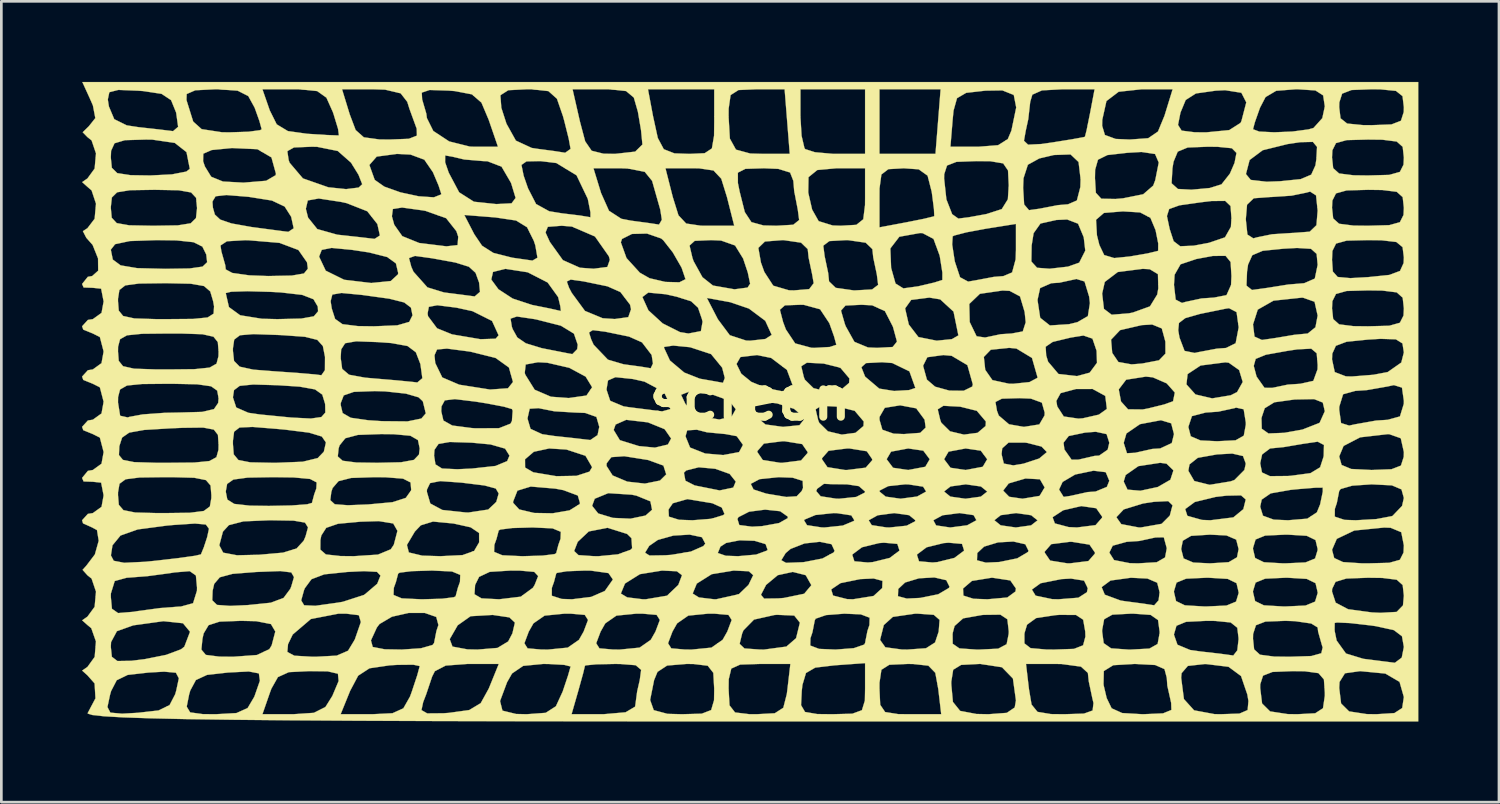
<source format=kicad_pcb>
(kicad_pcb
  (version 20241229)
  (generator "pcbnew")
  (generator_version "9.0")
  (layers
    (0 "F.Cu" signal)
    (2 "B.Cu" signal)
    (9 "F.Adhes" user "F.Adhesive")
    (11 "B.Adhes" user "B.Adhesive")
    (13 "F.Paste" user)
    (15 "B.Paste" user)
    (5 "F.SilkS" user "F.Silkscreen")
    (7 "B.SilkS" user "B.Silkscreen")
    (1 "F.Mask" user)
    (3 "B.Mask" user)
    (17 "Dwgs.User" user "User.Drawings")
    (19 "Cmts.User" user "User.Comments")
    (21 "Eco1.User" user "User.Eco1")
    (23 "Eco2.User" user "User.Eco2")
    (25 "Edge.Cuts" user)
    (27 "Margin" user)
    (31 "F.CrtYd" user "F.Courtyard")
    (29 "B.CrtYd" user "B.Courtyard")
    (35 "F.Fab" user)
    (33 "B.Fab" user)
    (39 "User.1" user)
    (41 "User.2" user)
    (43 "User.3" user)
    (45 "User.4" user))
  (footprint "screen"
    (layer "F.Cu")
    (at 24.87 11.769)
    (property "Reference" "screen" (at 0 0 0) (layer "F.SilkS") (effects (font (size 1.524 1.524) (thickness 0.3))))
    (attr through_hole)
    (fp_poly (pts (xy 24.865 12.032) (xy -0.053 12.032) (xy -4.444 12.03) (xy -8.324 12.026) (xy -11.72 12.018) (xy -14.657 12.006) (xy -17.161 11.99) (xy -19.255 11.97) (xy -20.967 11.946) (xy -22.32 11.916) (xy -23.339 11.881) (xy -24.052 11.84) (xy -24.481 11.793) (xy -24.654 11.74) (xy -24.651 11.711) (xy -24.538 11.497) (xy -23.922 11.497) (xy -23.812 11.705) (xy -23.376 11.744) (xy -22.792 11.711) (xy -22.017 11.623) (xy -21.727 11.482) (xy -20.971 11.482) (xy -20.842 11.696) (xy -20.371 11.76) (xy -19.889 11.764) (xy -18.153 11.764) (xy -17.007 11.764) (xy -15.242 11.764) (xy -14.064 11.764) (xy -13.312 11.727) (xy -13.055 11.611) (xy -12.234 11.611) (xy -12.02 11.733) (xy -11.415 11.728) (xy -11.216 11.714) (xy -10.456 11.609) (xy -10.028 11.352) (xy -9.985 11.274) (xy -9.309 11.274) (xy -9.219 11.631) (xy -8.711 11.755) (xy -8.315 11.764) (xy -6.647 11.764) (xy -5.462 11.764) (xy -4.636 11.692) (xy -4.284 11.484) (xy -4.274 11.43) (xy -4.248 11.234) (xy -3.723 11.234) (xy -3.588 11.613) (xy -3.076 11.75) (xy -2.54 11.764) (xy -1.801 11.744) (xy -1.451 11.609) (xy -1.344 11.245) (xy -1.337 10.828) (xy -0.802 10.828) (xy -0.768 11.433) (xy -0.562 11.698) (xy -0.026 11.763) (xy 0.238 11.764) (xy 0.917 11.728) (xy 1.234 11.524) (xy 1.259 11.427) (xy 1.895 11.427) (xy 2.043 11.68) (xy 2.498 11.758) (xy 3.058 11.764) (xy 3.804 11.745) (xy 4.16 11.614) (xy 4.27 11.257) (xy 4.278 10.828) (xy 4.813 10.828) (xy 4.841 11.413) (xy 5.024 11.683) (xy 5.513 11.76) (xy 5.962 11.764) (xy 7.112 11.764) (xy 7.002 10.828) (xy 6.97 10.65) (xy 7.486 10.65) (xy 7.547 11.306) (xy 7.815 11.64) (xy 8.422 11.755) (xy 8.868 11.764) (xy 9.553 11.713) (xy 9.847 11.513) (xy 9.893 11.251) (xy 9.78 10.435) (xy 9.373 10.016) (xy 8.573 9.893) (xy 8.527 9.893) (xy 10.267 9.893) (xy 10.377 10.828) (xy 10.474 11.404) (xy 10.695 11.676) (xy 11.197 11.759) (xy 11.691 11.764) (xy 12.424 11.741) (xy 12.746 11.626) (xy 12.779 11.348) (xy 12.735 11.163) (xy 12.63 10.664) (xy 13.152 10.664) (xy 13.27 11.163) (xy 13.454 11.543) (xy 13.845 11.72) (xy 14.601 11.764) (xy 14.631 11.764) (xy 15.368 11.732) (xy 15.679 11.605) (xy 15.67 11.341) (xy 15.527 10.702) (xy 15.507 10.406) (xy 16.042 10.406) (xy 16.145 11.2) (xy 16.523 11.619) (xy 17.283 11.76) (xy 17.504 11.764) (xy 18.212 11.741) (xy 18.516 11.609) (xy 18.546 11.272) (xy 18.505 11.029) (xy 18.421 10.784) (xy 18.983 10.784) (xy 19.054 11.364) (xy 19.352 11.659) (xy 20.005 11.759) (xy 20.365 11.764) (xy 21.032 11.729) (xy 21.321 11.541) (xy 21.389 11.079) (xy 21.389 10.962) (xy 21.377 10.784) (xy 21.924 10.784) (xy 21.995 11.364) (xy 22.293 11.659) (xy 22.946 11.759) (xy 23.306 11.764) (xy 23.978 11.722) (xy 24.269 11.534) (xy 24.331 11.124) (xy 24.17 10.559) (xy 23.643 10.251) (xy 22.704 10.16) (xy 22.138 10.24) (xy 21.937 10.563) (xy 21.924 10.784) (xy 21.377 10.784) (xy 21.355 10.469) (xy 21.153 10.235) (xy 20.64 10.165) (xy 20.186 10.16) (xy 19.442 10.19) (xy 19.089 10.328) (xy 18.986 10.648) (xy 18.983 10.784) (xy 18.421 10.784) (xy 18.271 10.343) (xy 17.806 9.999) (xy 16.971 9.897) (xy 16.911 9.897) (xy 16.291 9.966) (xy 16.058 10.236) (xy 16.042 10.406) (xy 15.507 10.406) (xy 15.421 10.084) (xy 15.074 9.932) (xy 14.331 9.893) (xy 14.304 9.893) (xy 13.516 9.939) (xy 13.163 10.157) (xy 13.152 10.664) (xy 12.63 10.664) (xy 12.603 10.541) (xy 12.57 10.227) (xy 12.314 9.993) (xy 11.586 9.895) (xy 11.417 9.893) (xy 10.267 9.893) (xy 8.527 9.893) (xy 7.853 9.928) (xy 7.557 10.109) (xy 7.487 10.548) (xy 7.486 10.65) (xy 6.97 10.65) (xy 6.891 10.222) (xy 6.634 9.957) (xy 6.057 9.894) (xy 5.853 9.893) (xy 5.18 9.923) (xy 4.886 10.109) (xy 4.814 10.59) (xy 4.813 10.828) (xy 4.278 10.828) (xy 4.278 10.813) (xy 4.278 9.862) (xy 3.142 9.944) (xy 2.423 10.029) (xy 2.078 10.23) (xy 1.946 10.671) (xy 1.921 10.895) (xy 1.895 11.427) (xy 1.259 11.427) (xy 1.365 11.012) (xy 1.388 10.828) (xy 1.497 9.893) (xy 0.347 9.893) (xy -0.37 9.916) (xy -0.702 10.065) (xy -0.797 10.462) (xy -0.802 10.828) (xy -1.337 10.828) (xy -1.371 10.223) (xy -1.578 9.959) (xy -2.114 9.894) (xy -2.375 9.893) (xy -3.09 9.952) (xy -3.448 10.187) (xy -3.575 10.494) (xy -3.723 11.234) (xy -4.248 11.234) (xy -4.205 10.914) (xy -4.109 10.494) (xy -4.057 10.113) (xy -4.259 9.94) (xy -4.839 9.894) (xy -5.049 9.893) (xy -5.73 9.907) (xy -6.117 9.945) (xy -6.149 9.961) (xy -6.215 10.237) (xy -6.376 10.819) (xy -6.398 10.897) (xy -6.647 11.764) (xy -8.315 11.764) (xy -7.609 11.712) (xy -7.23 11.468) (xy -6.978 10.922) (xy -6.778 10.324) (xy -6.685 9.996) (xy -6.684 9.986) (xy -6.921 9.927) (xy -7.51 9.894) (xy -7.711 9.893) (xy -8.446 9.964) (xy -8.862 10.247) (xy -9.048 10.574) (xy -9.309 11.274) (xy -9.985 11.274) (xy -9.732 10.816) (xy -9.709 10.762) (xy -9.356 9.893) (xy -10.529 9.893) (xy -11.331 9.953) (xy -11.736 10.163) (xy -11.836 10.361) (xy -12.06 11.028) (xy -12.17 11.313) (xy -12.234 11.611) (xy -13.055 11.611) (xy -12.907 11.544) (xy -12.66 11.108) (xy -12.592 10.922) (xy -12.392 10.319) (xy -12.3 9.981) (xy -12.299 9.971) (xy -12.536 9.921) (xy -13.132 9.927) (xy -13.417 9.944) (xy -14.167 10.054) (xy -14.589 10.329) (xy -14.889 10.895) (xy -15.242 11.764) (xy -17.007 11.764) (xy -16.238 11.712) (xy -15.808 11.495) (xy -15.55 11.083) (xy -15.316 10.528) (xy -15.342 10.257) (xy -15.724 10.168) (xy -16.417 10.16) (xy -17.17 10.198) (xy -17.576 10.382) (xy -17.819 10.812) (xy -17.874 10.962) (xy -18.153 11.764) (xy -19.889 11.764) (xy -19.12 11.721) (xy -18.703 11.534) (xy -18.457 11.117) (xy -18.442 11.078) (xy -18.246 10.517) (xy -18.285 10.244) (xy -18.66 10.173) (xy -19.433 10.212) (xy -20.215 10.3) (xy -20.629 10.492) (xy -20.839 10.883) (xy -20.881 11.029) (xy -20.971 11.482) (xy -21.727 11.482) (xy -21.609 11.425) (xy -21.4 11.022) (xy -21.36 10.881) (xy -21.263 10.427) (xy -21.373 10.219) (xy -21.81 10.18) (xy -22.394 10.213) (xy -23.168 10.301) (xy -23.576 10.499) (xy -23.785 10.902) (xy -23.825 11.043) (xy -23.922 11.497) (xy -24.538 11.497) (xy -24.367 11.174) (xy -24.399 10.617) (xy -24.665 10.316) (xy -24.861 10.14) (xy -24.665 10.004) (xy -24.396 9.631) (xy -24.365 9.253) (xy -23.796 9.253) (xy -23.757 9.626) (xy -23.55 9.784) (xy -23.035 9.776) (xy -22.526 9.713) (xy -21.737 9.555) (xy -21.21 9.359) (xy -20.425 9.359) (xy -20.259 9.556) (xy -19.759 9.62) (xy -19.242 9.625) (xy -18.356 9.56) (xy -18.116 9.447) (xy -17.226 9.447) (xy -16.962 9.586) (xy -16.296 9.625) (xy -16.161 9.625) (xy -15.387 9.583) (xy -14.966 9.401) (xy -14.734 9.017) (xy -14.114 9.017) (xy -14.047 9.261) (xy -13.603 9.347) (xy -12.967 9.358) (xy -12.25 9.309) (xy -11.819 9.186) (xy -11.764 9.112) (xy -11.736 8.97) (xy -11.182 8.97) (xy -11.079 9.247) (xy -10.522 9.35) (xy -10.151 9.358) (xy -9.404 9.296) (xy -9.117 9.123) (xy -8.403 9.123) (xy -8.284 9.312) (xy -7.772 9.357) (xy -7.524 9.358) (xy -6.788 9.285) (xy -6.555 9.123) (xy -5.73 9.123) (xy -5.61 9.312) (xy -5.098 9.357) (xy -4.85 9.358) (xy -4.114 9.285) (xy -3.881 9.123) (xy -3.056 9.123) (xy -2.936 9.312) (xy -2.424 9.357) (xy -2.176 9.358) (xy -1.44 9.285) (xy -1.239 9.145) (xy -0.392 9.145) (xy -0.212 9.316) (xy 0.362 9.357) (xy 0.515 9.358) (xy 1.351 9.246) (xy 1.395 9.207) (xy 2.237 9.207) (xy 2.565 9.332) (xy 3.18 9.358) (xy 3.86 9.305) (xy 4.245 9.172) (xy 4.278 9.112) (xy 4.3 8.998) (xy 4.835 8.998) (xy 5.031 9.272) (xy 5.649 9.356) (xy 5.851 9.358) (xy 6.546 9.308) (xy 6.882 9.094) (xy 6.995 8.756) (xy 7.535 8.756) (xy 7.539 9.141) (xy 7.789 9.314) (xy 8.419 9.358) (xy 8.537 9.358) (xy 9.233 9.324) (xy 9.546 9.158) (xy 9.624 8.766) (xy 9.624 8.756) (xy 10.208 8.756) (xy 10.209 9.128) (xy 10.437 9.304) (xy 11.026 9.356) (xy 11.316 9.358) (xy 12.052 9.332) (xy 12.392 9.199) (xy 12.478 8.878) (xy 12.472 8.689) (xy 13.101 8.689) (xy 13.159 9.12) (xy 13.435 9.312) (xy 14.077 9.358) (xy 14.171 9.358) (xy 14.86 9.321) (xy 15.166 9.149) (xy 15.229 8.807) (xy 15.775 8.807) (xy 15.904 9.177) (xy 16.375 9.373) (xy 16.777 9.43) (xy 17.482 9.51) (xy 17.939 9.572) (xy 17.981 9.58) (xy 18.131 9.388) (xy 18.181 8.957) (xy 18.716 8.957) (xy 18.758 9.35) (xy 18.975 9.549) (xy 19.501 9.618) (xy 20.081 9.625) (xy 20.884 9.599) (xy 21.258 9.495) (xy 21.309 9.276) (xy 21.284 9.202) (xy 21.14 8.693) (xy 21.136 8.653) (xy 21.753 8.653) (xy 21.828 9.02) (xy 22.176 9.504) (xy 22.82 9.701) (xy 23.521 9.79) (xy 23.996 9.85) (xy 24.252 9.658) (xy 24.331 9.261) (xy 24.261 8.862) (xy 23.96 8.634) (xy 23.292 8.487) (xy 23.084 8.458) (xy 22.335 8.372) (xy 21.848 8.35) (xy 21.757 8.366) (xy 21.753 8.653) (xy 21.136 8.653) (xy 21.122 8.534) (xy 20.883 8.387) (xy 20.278 8.3) (xy 19.919 8.288) (xy 19.177 8.316) (xy 18.825 8.452) (xy 18.72 8.777) (xy 18.716 8.957) (xy 18.181 8.957) (xy 18.131 8.544) (xy 17.886 8.349) (xy 17.302 8.291) (xy 16.978 8.288) (xy 16.224 8.325) (xy 15.867 8.472) (xy 15.775 8.788) (xy 15.775 8.807) (xy 15.229 8.807) (xy 15.24 8.748) (xy 15.24 8.689) (xy 15.182 8.259) (xy 14.906 8.067) (xy 14.264 8.021) (xy 14.171 8.021) (xy 13.481 8.058) (xy 13.175 8.23) (xy 13.101 8.631) (xy 13.101 8.689) (xy 12.472 8.689) (xy 12.471 8.678) (xy 12.395 8.245) (xy 12.127 8.069) (xy 11.513 8.066) (xy 11.363 8.076) (xy 10.645 8.185) (xy 10.306 8.431) (xy 10.208 8.756) (xy 9.624 8.756) (xy 9.625 8.673) (xy 9.573 8.229) (xy 9.314 8.058) (xy 8.692 8.066) (xy 8.623 8.072) (xy 7.927 8.196) (xy 7.609 8.479) (xy 7.535 8.756) (xy 6.995 8.756) (xy 7.017 8.689) (xy 7.051 8.252) (xy 6.835 8.064) (xy 6.234 8.021) (xy 6.141 8.021) (xy 5.311 8.141) (xy 4.975 8.444) (xy 4.835 8.998) (xy 4.3 8.998) (xy 4.366 8.664) (xy 4.44 8.444) (xy 4.447 8.171) (xy 4.119 8.047) (xy 3.504 8.021) (xy 2.824 8.074) (xy 2.439 8.207) (xy 2.406 8.267) (xy 2.318 8.715) (xy 2.244 8.935) (xy 2.237 9.207) (xy 1.395 9.207) (xy 1.709 8.935) (xy 1.852 8.355) (xy 1.641 8.091) (xy 1 8.064) (xy 0.898 8.072) (xy 0.144 8.241) (xy -0.248 8.64) (xy -0.297 8.756) (xy -0.392 9.145) (xy -1.239 9.145) (xy -1.025 8.996) (xy -0.851 8.689) (xy -0.687 8.256) (xy -0.807 8.067) (xy -1.319 8.022) (xy -1.567 8.021) (xy -2.303 8.094) (xy -2.718 8.382) (xy -2.892 8.689) (xy -3.056 9.123) (xy -3.881 9.123) (xy -3.699 8.996) (xy -3.524 8.689) (xy -3.361 8.256) (xy -3.48 8.067) (xy -3.992 8.022) (xy -4.241 8.021) (xy -4.977 8.094) (xy -5.392 8.382) (xy -5.566 8.689) (xy -5.73 9.123) (xy -6.555 9.123) (xy -6.372 8.996) (xy -6.198 8.689) (xy -6.034 8.256) (xy -6.154 8.067) (xy -6.666 8.022) (xy -6.914 8.021) (xy -7.65 8.094) (xy -8.066 8.382) (xy -8.24 8.689) (xy -8.403 9.123) (xy -9.117 9.123) (xy -9.007 9.057) (xy -8.849 8.756) (xy -8.755 8.353) (xy -8.96 8.16) (xy -9.582 8.068) (xy -9.582 8.068) (xy -10.406 8.116) (xy -10.885 8.454) (xy -11.182 8.97) (xy -11.736 8.97) (xy -11.676 8.664) (xy -11.602 8.444) (xy -11.683 8.143) (xy -12.109 7.995) (xy -12.714 7.995) (xy -13.331 8.134) (xy -13.795 8.407) (xy -13.894 8.538) (xy -14.114 9.017) (xy -14.734 9.017) (xy -14.72 8.995) (xy -14.699 8.939) (xy -14.489 8.333) (xy -14.564 8.078) (xy -15.025 8.022) (xy -15.323 8.021) (xy -16.349 8.22) (xy -17.026 8.798) (xy -17.2 9.157) (xy -17.226 9.447) (xy -18.116 9.447) (xy -17.896 9.344) (xy -17.809 9.202) (xy -17.673 8.685) (xy -17.836 8.408) (xy -18.385 8.301) (xy -18.952 8.288) (xy -19.745 8.317) (xy -20.156 8.449) (xy -20.34 8.756) (xy -20.385 8.957) (xy -20.425 9.359) (xy -21.21 9.359) (xy -21.184 9.35) (xy -21.059 9.25) (xy -20.847 8.695) (xy -21.109 8.378) (xy -21.837 8.301) (xy -22.96 8.456) (xy -23.569 8.673) (xy -23.786 9.077) (xy -23.796 9.253) (xy -24.365 9.253) (xy -24.349 9.055) (xy -24.523 8.561) (xy -24.665 8.444) (xy -24.861 8.269) (xy -24.665 8.132) (xy -24.398 7.766) (xy -24.364 7.388) (xy -23.796 7.388) (xy -23.754 7.839) (xy -23.525 7.999) (xy -22.957 7.952) (xy -22.793 7.925) (xy -21.955 7.812) (xy -21.245 7.758) (xy -21.189 7.757) (xy -20.734 7.632) (xy -20.7 7.523) (xy -20.02 7.523) (xy -19.844 7.695) (xy -19.355 7.732) (xy -18.699 7.702) (xy -17.843 7.614) (xy -17.61 7.527) (xy -16.71 7.527) (xy -16.601 7.709) (xy -16.182 7.728) (xy -15.354 7.612) (xy -15.163 7.58) (xy -14.375 7.325) (xy -13.273 7.325) (xy -12.967 7.452) (xy -12.24 7.486) (xy -12.194 7.486) (xy -11.466 7.465) (xy -11.024 7.409) (xy -10.962 7.374) (xy -10.942 7.299) (xy -10.26 7.299) (xy -9.998 7.452) (xy -9.342 7.486) (xy -8.537 7.389) (xy -8.489 7.354) (xy -7.383 7.354) (xy -7.015 7.473) (xy -6.633 7.486) (xy -5.915 7.397) (xy -5.628 7.272) (xy -4.813 7.272) (xy -4.578 7.414) (xy -4 7.485) (xy -3.886 7.486) (xy -3.092 7.352) (xy -3.009 7.272) (xy -2.139 7.272) (xy -1.905 7.418) (xy -1.335 7.486) (xy -1.267 7.486) (xy -0.514 7.319) (xy 0.402 7.319) (xy 0.52 7.46) (xy 1.044 7.453) (xy 1.257 7.436) (xy 2.011 7.28) (xy 2.146 7.119) (xy 3.016 7.119) (xy 3.086 7.347) (xy 3.606 7.479) (xy 3.826 7.486) (xy 4.543 7.371) (xy 5.501 7.371) (xy 5.83 7.459) (xy 6.332 7.435) (xy 7.001 7.299) (xy 7.365 7.085) (xy 7.924 7.085) (xy 7.937 7.349) (xy 8.311 7.467) (xy 8.832 7.486) (xy 9.572 7.419) (xy 9.875 7.196) (xy 9.886 7.124) (xy 10.486 7.124) (xy 10.625 7.351) (xy 11.239 7.48) (xy 11.475 7.486) (xy 12.217 7.427) (xy 12.535 7.223) (xy 12.566 7.069) (xy 12.548 7.033) (xy 13.082 7.033) (xy 13.2 7.315) (xy 13.791 7.533) (xy 13.97 7.56) (xy 14.629 7.647) (xy 15.031 7.709) (xy 15.039 7.711) (xy 15.202 7.525) (xy 15.24 7.219) (xy 15.775 7.219) (xy 15.853 7.553) (xy 16.18 7.711) (xy 16.891 7.753) (xy 16.978 7.754) (xy 17.73 7.719) (xy 18.085 7.573) (xy 18.181 7.257) (xy 18.181 7.219) (xy 18.716 7.219) (xy 18.795 7.553) (xy 19.121 7.711) (xy 19.833 7.753) (xy 19.919 7.754) (xy 20.671 7.719) (xy 21.026 7.573) (xy 21.122 7.257) (xy 21.122 7.219) (xy 21.117 7.199) (xy 21.657 7.199) (xy 21.792 7.611) (xy 22.256 7.856) (xy 23.138 7.975) (xy 23.462 7.99) (xy 24.063 7.956) (xy 24.298 7.714) (xy 24.331 7.353) (xy 24.287 6.956) (xy 24.066 6.758) (xy 23.53 6.691) (xy 22.994 6.684) (xy 22.189 6.714) (xy 21.788 6.836) (xy 21.661 7.1) (xy 21.657 7.199) (xy 21.117 7.199) (xy 21.043 6.885) (xy 20.716 6.727) (xy 20.005 6.684) (xy 19.919 6.684) (xy 19.167 6.719) (xy 18.812 6.864) (xy 18.716 7.181) (xy 18.716 7.219) (xy 18.181 7.219) (xy 18.102 6.885) (xy 17.775 6.727) (xy 17.064 6.684) (xy 16.978 6.684) (xy 16.226 6.719) (xy 15.87 6.864) (xy 15.775 7.181) (xy 15.775 7.219) (xy 15.24 7.219) (xy 15.15 6.869) (xy 14.788 6.714) (xy 14.171 6.684) (xy 13.413 6.788) (xy 13.082 7.033) (xy 12.548 7.033) (xy 12.429 6.792) (xy 11.941 6.715) (xy 11.584 6.735) (xy 10.811 6.889) (xy 10.486 7.124) (xy 9.886 7.124) (xy 9.893 7.085) (xy 9.683 6.784) (xy 9.02 6.684) (xy 8.985 6.684) (xy 8.255 6.802) (xy 7.924 7.085) (xy 7.365 7.085) (xy 7.395 7.068) (xy 7.421 7.018) (xy 7.3 6.775) (xy 6.857 6.673) (xy 6.283 6.705) (xy 5.767 6.861) (xy 5.512 7.101) (xy 5.501 7.371) (xy 4.543 7.371) (xy 4.593 7.363) (xy 4.915 7.069) (xy 4.926 6.8) (xy 4.597 6.712) (xy 4.096 6.735) (xy 3.363 6.885) (xy 3.016 7.119) (xy 2.146 7.119) (xy 2.272 6.969) (xy 2.273 6.952) (xy 2.068 6.588) (xy 1.587 6.467) (xy 1.029 6.588) (xy 0.594 6.95) (xy 0.589 6.959) (xy 0.402 7.319) (xy -0.514 7.319) (xy -0.423 7.299) (xy -0.062 6.952) (xy 0.114 6.589) (xy -0.049 6.443) (xy -0.613 6.417) (xy -1.431 6.552) (xy -1.986 6.901) (xy -2.139 7.272) (xy -3.009 7.272) (xy -2.674 6.952) (xy -2.536 6.59) (xy -2.728 6.443) (xy -3.279 6.417) (xy -4.102 6.551) (xy -4.658 6.899) (xy -4.813 7.272) (xy -5.628 7.272) (xy -5.418 7.181) (xy -5.401 7.165) (xy -5.108 6.75) (xy -5.273 6.511) (xy -5.926 6.42) (xy -6.149 6.417) (xy -6.82 6.442) (xy -7.192 6.504) (xy -7.219 6.529) (xy -7.302 6.843) (xy -7.381 7.063) (xy -7.383 7.354) (xy -8.489 7.354) (xy -8.085 7.057) (xy -8.021 6.952) (xy -7.89 6.622) (xy -8.035 6.466) (xy -8.564 6.419) (xy -8.916 6.417) (xy -9.692 6.465) (xy -10.088 6.651) (xy -10.237 6.952) (xy -10.26 7.299) (xy -10.942 7.299) (xy -10.879 7.06) (xy -10.8 6.84) (xy -10.79 6.578) (xy -11.096 6.451) (xy -11.824 6.417) (xy -11.869 6.417) (xy -12.597 6.439) (xy -13.039 6.494) (xy -13.101 6.529) (xy -13.184 6.843) (xy -13.263 7.063) (xy -13.273 7.325) (xy -14.375 7.325) (xy -14.361 7.32) (xy -13.88 6.909) (xy -13.876 6.9) (xy -13.758 6.605) (xy -13.889 6.465) (xy -14.372 6.439) (xy -14.993 6.469) (xy -15.851 6.558) (xy -16.328 6.739) (xy -16.576 7.076) (xy -16.606 7.152) (xy -16.71 7.527) (xy -17.61 7.527) (xy -17.366 7.436) (xy -17.116 7.1) (xy -17.078 7.005) (xy -16.978 6.661) (xy -17.078 6.486) (xy -17.486 6.436) (xy -18.312 6.467) (xy -18.385 6.47) (xy -19.262 6.539) (xy -19.738 6.667) (xy -19.948 6.912) (xy -20.006 7.167) (xy -20.02 7.523) (xy -20.7 7.523) (xy -20.59 7.169) (xy -20.587 7.05) (xy -20.629 6.599) (xy -20.858 6.439) (xy -21.426 6.486) (xy -21.59 6.513) (xy -22.428 6.625) (xy -23.138 6.68) (xy -23.194 6.681) (xy -23.65 6.806) (xy -23.793 7.269) (xy -23.796 7.388) (xy -24.364 7.388) (xy -24.347 7.201) (xy -24.511 6.716) (xy -24.665 6.593) (xy -24.846 6.39) (xy -24.708 6.237) (xy -24.416 5.853) (xy -23.792 5.853) (xy -23.687 6.053) (xy -23.298 6.128) (xy -22.522 6.09) (xy -22.146 6.053) (xy -21.962 6.032) (xy 1.159 6.032) (xy 1.335 6.13) (xy 1.943 6.107) (xy 2.003 6.102) (xy 2.691 5.968) (xy 2.938 5.834) (xy 3.802 5.834) (xy 3.879 6.072) (xy 4.38 6.117) (xy 4.563 6.102) (xy 5.197 5.946) (xy 5.346 5.834) (xy 6.208 5.834) (xy 6.285 6.072) (xy 6.786 6.117) (xy 6.969 6.102) (xy 7.244 6.034) (xy 8.443 6.034) (xy 8.771 6.122) (xy 9.273 6.099) (xy 9.942 5.962) (xy 10.306 5.748) (xy 10.962 5.748) (xy 11.165 6.045) (xy 11.813 6.149) (xy 11.898 6.149) (xy 12.59 6.063) (xy 12.832 5.785) (xy 12.834 5.748) (xy 13.368 5.748) (xy 13.545 6.027) (xy 14.13 6.142) (xy 14.438 6.149) (xy 15.134 6.107) (xy 15.443 5.929) (xy 15.502 5.615) (xy 16.042 5.615) (xy 16.132 5.965) (xy 16.494 6.119) (xy 17.112 6.149) (xy 17.811 6.105) (xy 18.121 5.923) (xy 18.181 5.615) (xy 18.716 5.615) (xy 18.795 5.949) (xy 19.121 6.107) (xy 19.833 6.149) (xy 19.919 6.149) (xy 20.671 6.114) (xy 21.026 5.969) (xy 21.122 5.653) (xy 21.122 5.646) (xy 21.657 5.646) (xy 21.738 5.95) (xy 22.065 6.101) (xy 22.768 6.148) (xy 22.994 6.149) (xy 23.787 6.128) (xy 24.183 6.017) (xy 24.318 5.749) (xy 24.331 5.481) (xy 24.234 4.989) (xy 23.837 4.824) (xy 23.595 4.816) (xy 22.486 4.927) (xy 21.834 5.237) (xy 21.657 5.646) (xy 21.122 5.646) (xy 21.122 5.615) (xy 21.043 5.281) (xy 20.716 5.123) (xy 20.005 5.08) (xy 19.919 5.08) (xy 19.167 5.115) (xy 18.812 5.26) (xy 18.716 5.576) (xy 18.716 5.615) (xy 18.181 5.615) (xy 18.091 5.265) (xy 17.729 5.11) (xy 17.112 5.08) (xy 16.412 5.125) (xy 16.103 5.306) (xy 16.042 5.615) (xy 15.502 5.615) (xy 15.507 5.586) (xy 15.396 5.179) (xy 15.084 5.185) (xy 14.48 5.316) (xy 14.015 5.347) (xy 13.494 5.491) (xy 13.368 5.748) (xy 12.834 5.748) (xy 12.631 5.452) (xy 11.983 5.348) (xy 11.898 5.347) (xy 11.206 5.434) (xy 10.964 5.712) (xy 10.962 5.748) (xy 10.306 5.748) (xy 10.336 5.731) (xy 10.362 5.682) (xy 10.242 5.438) (xy 9.798 5.336) (xy 9.224 5.368) (xy 8.708 5.525) (xy 8.453 5.764) (xy 8.443 6.034) (xy 7.244 6.034) (xy 7.603 5.946) (xy 7.954 5.683) (xy 7.962 5.663) (xy 7.885 5.424) (xy 7.384 5.38) (xy 7.201 5.395) (xy 6.567 5.551) (xy 6.216 5.814) (xy 6.208 5.834) (xy 5.346 5.834) (xy 5.548 5.683) (xy 5.556 5.663) (xy 5.479 5.424) (xy 4.978 5.38) (xy 4.795 5.395) (xy 4.161 5.551) (xy 3.81 5.814) (xy 3.802 5.834) (xy 2.938 5.834) (xy 3.106 5.744) (xy 3.143 5.682) (xy 3.029 5.435) (xy 2.593 5.346) (xy 2.023 5.408) (xy 1.506 5.61) (xy 1.321 5.767) (xy 1.159 6.032) (xy -21.962 6.032) (xy -21.278 5.953) (xy -20.659 5.866) (xy -20.442 5.815) (xy -20.329 5.539) (xy -20.309 5.477) (xy -19.758 5.477) (xy -19.613 5.751) (xy -19.1 5.848) (xy -18.277 5.829) (xy -17.385 5.75) (xy -17.021 5.638) (xy -15.997 5.638) (xy -15.791 5.817) (xy -15.247 5.877) (xy -14.752 5.882) (xy -13.852 5.823) (xy -13.376 5.626) (xy -13.266 5.463) (xy -12.775 5.463) (xy -12.703 5.743) (xy -12.205 5.862) (xy -11.528 5.882) (xy -10.707 5.842) (xy -10.366 5.721) (xy -9.53 5.721) (xy -9.224 5.848) (xy -8.496 5.882) (xy -8.451 5.882) (xy -7.723 5.86) (xy -7.281 5.805) (xy -7.219 5.77) (xy -7.197 5.689) (xy -6.551 5.689) (xy -6.389 5.842) (xy -5.824 5.881) (xy -5.64 5.882) (xy -4.919 5.813) (xy -4.753 5.753) (xy -3.912 5.753) (xy -3.746 5.857) (xy -3.166 5.848) (xy -2.942 5.833) (xy -2.526 5.764) (xy -1.204 5.764) (xy -0.908 5.866) (xy -0.45 5.882) (xy 0.222 5.822) (xy 0.626 5.673) (xy 0.65 5.645) (xy 0.575 5.432) (xy 0.164 5.309) (xy -0.39 5.291) (xy -0.894 5.389) (xy -1.107 5.527) (xy -1.204 5.764) (xy -2.526 5.764) (xy -2.209 5.711) (xy -1.74 5.505) (xy -1.67 5.414) (xy -1.794 5.176) (xy -2.251 5.079) (xy -2.858 5.115) (xy -3.435 5.276) (xy -3.758 5.499) (xy -3.912 5.753) (xy -4.753 5.753) (xy -4.449 5.643) (xy -4.393 5.585) (xy -4.418 5.211) (xy -4.578 5.054) (xy -5.307 4.825) (xy -6.006 4.961) (xy -6.417 5.347) (xy -6.551 5.689) (xy -7.197 5.689) (xy -7.136 5.456) (xy -7.057 5.236) (xy -7.047 4.974) (xy -7.353 4.847) (xy -8.08 4.813) (xy -8.126 4.813) (xy -8.854 4.834) (xy -9.296 4.89) (xy -9.358 4.924) (xy -9.441 5.239) (xy -9.52 5.459) (xy -9.53 5.721) (xy -10.366 5.721) (xy -10.274 5.688) (xy -10.088 5.369) (xy -10.087 5.366) (xy -10.089 5.018) (xy -10.403 4.807) (xy -11.039 4.666) (xy -11.805 4.593) (xy -12.257 4.732) (xy -12.48 4.966) (xy -12.775 5.463) (xy -13.266 5.463) (xy -13.263 5.459) (xy -13.127 4.938) (xy -13.284 4.664) (xy -13.82 4.577) (xy -14.505 4.598) (xy -15.339 4.675) (xy -15.778 4.826) (xy -15.961 5.112) (xy -15.994 5.281) (xy -15.997 5.638) (xy -17.021 5.638) (xy -16.881 5.595) (xy -16.617 5.307) (xy -16.548 5.147) (xy -16.456 4.811) (xy -16.567 4.632) (xy -16.99 4.559) (xy -17.833 4.545) (xy -17.894 4.545) (xy -18.858 4.586) (xy -19.401 4.726) (xy -19.623 4.968) (xy -19.758 5.477) (xy -20.309 5.477) (xy -20.209 5.171) (xy -20.142 4.861) (xy -20.258 4.703) (xy -20.664 4.667) (xy -21.47 4.721) (xy -21.713 4.743) (xy -22.793 4.886) (xy -23.435 5.113) (xy -23.734 5.477) (xy -23.792 5.853) (xy -24.416 5.853) (xy -24.39 5.82) (xy -24.246 5.308) (xy -24.31 4.911) (xy -24.489 4.813) (xy -24.829 4.66) (xy -24.865 4.545) (xy -24.649 4.308) (xy -24.464 4.278) (xy -24.141 4.046) (xy -24.063 3.618) (xy -24.065 3.609) (xy -23.528 3.609) (xy -23.498 3.969) (xy -23.326 4.169) (xy -22.892 4.256) (xy -22.074 4.278) (xy -21.791 4.278) (xy -20.856 4.266) (xy -20.336 4.2) (xy -20.109 4.033) (xy -20.054 3.719) (xy -20.053 3.609) (xy -20.064 3.476) (xy -19.518 3.476) (xy -19.459 3.774) (xy -19.202 3.936) (xy -18.624 4.001) (xy -17.914 4.011) (xy -17.067 3.994) (xy -16.486 3.95) (xy -16.309 3.899) (xy -16.282 3.796) (xy -15.627 3.796) (xy -15.46 3.949) (xy -14.973 3.986) (xy -14.218 3.956) (xy -13.309 3.872) (xy -12.817 3.713) (xy -12.656 3.486) (xy -12.032 3.486) (xy -11.904 3.921) (xy -11.457 4.161) (xy -10.59 4.254) (xy -10.486 4.257) (xy -9.75 4.146) (xy -9.479 3.893) (xy -8.823 3.893) (xy -8.595 4.142) (xy -8.039 4.273) (xy -7.35 4.285) (xy -6.723 4.177) (xy -6.448 4.007) (xy -5.882 4.007) (xy -5.655 4.292) (xy -5.11 4.456) (xy -4.454 4.486) (xy -3.893 4.369) (xy -3.65 4.154) (xy -3.652 4.144) (xy -3.038 4.144) (xy -3.025 4.409) (xy -2.647 4.527) (xy -2.146 4.545) (xy -1.523 4.496) (xy -0.474 4.496) (xy -0.404 4.723) (xy 0.071 4.784) (xy 0.44 4.764) (xy 1.076 4.649) (xy 1.26 4.545) (xy 2.005 4.545) (xy 2.117 4.728) (xy 2.659 4.811) (xy 2.776 4.813) (xy 3.447 4.743) (xy 3.855 4.572) (xy 3.877 4.545) (xy 4.412 4.545) (xy 4.525 4.727) (xy 5.069 4.811) (xy 5.198 4.813) (xy 5.823 4.747) (xy 6.14 4.584) (xy 6.149 4.545) (xy 6.818 4.545) (xy 6.921 4.736) (xy 7.438 4.813) (xy 7.455 4.813) (xy 8.078 4.732) (xy 8.422 4.545) (xy 9.091 4.545) (xy 9.323 4.733) (xy 9.883 4.813) (xy 9.893 4.813) (xy 10.456 4.735) (xy 10.695 4.549) (xy 10.695 4.545) (xy 10.554 4.432) (xy 11.256 4.432) (xy 11.341 4.662) (xy 11.855 4.799) (xy 12.165 4.813) (xy 12.857 4.726) (xy 13.099 4.448) (xy 13.1 4.431) (xy 13.631 4.431) (xy 13.813 4.689) (xy 14.46 4.812) (xy 14.543 4.813) (xy 15.316 4.677) (xy 15.619 4.373) (xy 15.684 4.128) (xy 16.192 4.128) (xy 16.273 4.38) (xy 16.815 4.532) (xy 17.128 4.545) (xy 17.985 4.438) (xy 18.356 4.133) (xy 18.379 4.039) (xy 18.983 4.039) (xy 19.087 4.376) (xy 19.489 4.522) (xy 20.021 4.545) (xy 20.737 4.485) (xy 20.852 4.41) (xy 21.759 4.41) (xy 22.12 4.53) (xy 22.542 4.545) (xy 23.307 4.501) (xy 23.882 4.392) (xy 23.908 4.383) (xy 24.264 4.011) (xy 24.331 3.715) (xy 24.242 3.396) (xy 23.887 3.246) (xy 23.134 3.208) (xy 23.127 3.208) (xy 22.41 3.257) (xy 21.979 3.381) (xy 21.924 3.454) (xy 21.836 3.902) (xy 21.762 4.122) (xy 21.759 4.41) (xy 20.852 4.41) (xy 21.093 4.251) (xy 21.214 3.955) (xy 21.313 3.482) (xy 21.312 3.33) (xy 21.038 3.333) (xy 20.416 3.384) (xy 20.119 3.413) (xy 19.375 3.544) (xy 19.04 3.775) (xy 18.983 4.039) (xy 18.379 4.039) (xy 18.446 3.77) (xy 18.271 3.618) (xy 17.726 3.629) (xy 17.33 3.675) (xy 16.551 3.864) (xy 16.192 4.128) (xy 15.684 4.128) (xy 15.721 3.987) (xy 15.561 3.832) (xy 15.033 3.858) (xy 14.624 3.92) (xy 13.904 4.141) (xy 13.631 4.431) (xy 13.1 4.431) (xy 13.101 4.412) (xy 12.881 4.097) (xy 12.325 4.017) (xy 11.652 4.173) (xy 11.256 4.432) (xy 10.554 4.432) (xy 10.462 4.358) (xy 9.903 4.278) (xy 9.893 4.278) (xy 9.329 4.355) (xy 9.091 4.542) (xy 9.091 4.545) (xy 8.422 4.545) (xy 8.319 4.355) (xy 7.802 4.278) (xy 7.785 4.278) (xy 7.162 4.359) (xy 6.818 4.545) (xy 6.149 4.545) (xy 5.918 4.356) (xy 5.363 4.278) (xy 4.746 4.36) (xy 4.412 4.545) (xy 3.877 4.545) (xy 3.765 4.363) (xy 3.223 4.28) (xy 3.106 4.278) (xy 2.435 4.348) (xy 2.027 4.518) (xy 2.005 4.545) (xy 1.26 4.545) (xy 1.395 4.469) (xy 1.404 4.412) (xy 1.117 4.208) (xy 0.557 4.149) (xy -0.039 4.226) (xy -0.434 4.427) (xy -0.474 4.496) (xy -1.523 4.496) (xy -1.443 4.49) (xy -1 4.353) (xy -0.955 4.308) (xy -1.057 4.07) (xy -1.407 3.911) (xy -2.335 3.757) (xy -2.878 3.912) (xy -3.038 4.144) (xy -3.652 4.144) (xy -3.713 3.84) (xy -4.234 3.628) (xy -4.406 3.593) (xy -5.281 3.536) (xy -5.785 3.743) (xy -5.882 4.007) (xy -6.448 4.007) (xy -6.351 3.947) (xy -6.332 3.908) (xy -6.414 3.624) (xy -6.953 3.423) (xy -7.255 3.367) (xy -8.166 3.29) (xy -8.662 3.442) (xy -8.822 3.849) (xy -8.823 3.893) (xy -9.479 3.893) (xy -9.45 3.865) (xy -9.359 3.548) (xy -9.467 3.363) (xy -9.885 3.25) (xy -10.722 3.147) (xy -10.762 3.143) (xy -11.535 3.087) (xy -11.913 3.162) (xy -12.029 3.402) (xy -12.032 3.486) (xy -12.656 3.486) (xy -12.623 3.44) (xy -12.616 3.409) (xy -12.639 3.137) (xy -12.918 2.996) (xy -13.568 2.945) (xy -13.986 2.941) (xy -14.851 2.97) (xy -15.322 3.09) (xy -15.542 3.347) (xy -15.588 3.488) (xy -15.627 3.796) (xy -16.282 3.796) (xy -16.226 3.584) (xy -16.147 3.364) (xy -16.134 3.136) (xy -16.381 3.007) (xy -16.987 2.951) (xy -17.751 2.941) (xy -18.701 2.957) (xy -19.234 3.029) (xy -19.467 3.193) (xy -19.518 3.476) (xy -20.064 3.476) (xy -20.083 3.25) (xy -20.255 3.05) (xy -20.689 2.963) (xy -21.507 2.941) (xy -21.791 2.941) (xy -22.725 2.953) (xy -23.245 3.019) (xy -23.472 3.186) (xy -23.527 3.5) (xy -23.528 3.609) (xy -24.065 3.609) (xy -24.156 3.144) (xy -24.464 3.112) (xy -24.808 3.1) (xy -24.865 2.97) (xy -24.649 2.707) (xy -24.464 2.674) (xy -24.142 2.441) (xy -24.083 2.118) (xy -23.493 2.118) (xy -23.345 2.298) (xy -22.928 2.381) (xy -22.13 2.405) (xy -21.675 2.406) (xy -20.692 2.397) (xy -20.127 2.341) (xy -19.865 2.198) (xy -19.789 1.924) (xy -19.785 1.726) (xy -19.787 1.701) (xy -19.251 1.701) (xy -19.221 2.091) (xy -19.049 2.302) (xy -18.609 2.389) (xy -17.776 2.406) (xy -17.638 2.406) (xy -16.653 2.366) (xy -16.094 2.23) (xy -16.036 2.17) (xy -15.348 2.17) (xy -15.167 2.33) (xy -14.66 2.395) (xy -13.878 2.406) (xy -12.991 2.386) (xy -12.514 2.298) (xy -12.363 2.139) (xy -11.764 2.139) (xy -11.712 2.465) (xy -11.469 2.619) (xy -10.903 2.646) (xy -10.361 2.621) (xy -9.479 2.524) (xy -9.043 2.343) (xy -9.015 2.276) (xy -8.379 2.276) (xy -8.376 2.583) (xy -8.073 2.76) (xy -7.213 2.904) (xy -6.463 2.891) (xy -5.98 2.735) (xy -5.882 2.569) (xy -5.91 2.52) (xy -5.347 2.52) (xy -5.119 2.877) (xy -4.573 3.107) (xy -3.916 3.18) (xy -3.356 3.067) (xy -3.123 2.837) (xy -3.143 2.775) (xy -2.465 2.775) (xy -2.409 3.073) (xy -2.064 3.249) (xy -1.135 3.435) (xy -0.629 3.329) (xy -0.57 3.19) (xy 0.023 3.19) (xy 0.126 3.399) (xy 0.602 3.554) (xy 1.347 3.678) (xy 1.732 3.653) (xy 1.919 3.457) (xy 1.92 3.456) (xy 2.458 3.456) (xy 2.624 3.652) (xy 3.201 3.741) (xy 3.32 3.743) (xy 3.947 3.677) (xy 4.267 3.515) (xy 4.278 3.476) (xy 4.813 3.476) (xy 5.045 3.665) (xy 5.599 3.743) (xy 6.216 3.661) (xy 6.551 3.476) (xy 7.219 3.476) (xy 7.451 3.664) (xy 8.011 3.743) (xy 8.021 3.743) (xy 8.584 3.666) (xy 8.823 3.479) (xy 8.823 3.476) (xy 8.781 3.441) (xy 9.417 3.441) (xy 9.642 3.671) (xy 10.138 3.743) (xy 10.773 3.638) (xy 10.915 3.402) (xy 11.497 3.402) (xy 11.668 3.676) (xy 11.92 3.638) (xy 12.559 3.496) (xy 12.856 3.476) (xy 13.277 3.303) (xy 13.357 3.103) (xy 13.903 3.103) (xy 14.046 3.405) (xy 14.526 3.446) (xy 15.173 3.307) (xy 15.641 3.037) (xy 15.75 2.702) (xy 16.309 2.702) (xy 16.531 3.084) (xy 17.102 3.226) (xy 17.881 3.098) (xy 18.026 3.046) (xy 18.395 2.674) (xy 18.448 2.437) (xy 18.443 2.422) (xy 18.983 2.422) (xy 19.05 2.765) (xy 19.347 2.903) (xy 20.014 2.897) (xy 20.119 2.89) (xy 20.856 2.791) (xy 21.214 2.574) (xy 21.345 2.17) (xy 21.924 2.17) (xy 22.014 2.487) (xy 22.371 2.636) (xy 23.127 2.674) (xy 23.87 2.646) (xy 24.222 2.51) (xy 24.326 2.186) (xy 24.331 2.005) (xy 24.216 1.492) (xy 23.787 1.341) (xy 23.729 1.34) (xy 22.705 1.458) (xy 22.087 1.779) (xy 21.924 2.17) (xy 21.345 2.17) (xy 21.346 2.168) (xy 21.357 1.742) (xy 21.124 1.62) (xy 20.578 1.7) (xy 19.864 1.821) (xy 19.352 1.872) (xy 19.351 1.872) (xy 19.055 2.095) (xy 18.983 2.422) (xy 18.443 2.422) (xy 18.344 2.154) (xy 17.944 2.062) (xy 17.379 2.093) (xy 16.662 2.22) (xy 16.352 2.466) (xy 16.309 2.702) (xy 15.75 2.702) (xy 15.755 2.687) (xy 15.497 2.438) (xy 15.262 2.406) (xy 14.45 2.53) (xy 13.976 2.861) (xy 13.903 3.103) (xy 13.357 3.103) (xy 13.368 3.075) (xy 13.235 2.755) (xy 12.779 2.7) (xy 12.098 2.842) (xy 11.629 3.118) (xy 11.497 3.402) (xy 10.915 3.402) (xy 10.962 3.324) (xy 10.785 3.019) (xy 10.247 2.99) (xy 9.625 3.173) (xy 9.417 3.441) (xy 8.781 3.441) (xy 8.591 3.288) (xy 8.031 3.208) (xy 8.021 3.208) (xy 7.458 3.286) (xy 7.219 3.472) (xy 7.219 3.476) (xy 6.551 3.476) (xy 6.438 3.294) (xy 5.893 3.21) (xy 5.764 3.208) (xy 5.139 3.275) (xy 4.822 3.437) (xy 4.813 3.476) (xy 4.278 3.476) (xy 4.049 3.275) (xy 3.609 3.208) (xy 3.023 3.201) (xy 2.747 3.188) (xy 2.494 3.373) (xy 2.458 3.456) (xy 1.92 3.456) (xy 1.968 3.342) (xy 1.956 3.078) (xy 1.581 2.96) (xy 1.061 2.941) (xy 0.351 3.015) (xy 0.023 3.19) (xy -0.57 3.19) (xy -0.535 3.105) (xy -0.763 2.819) (xy -1.297 2.629) (xy -1.912 2.573) (xy -2.38 2.691) (xy -2.465 2.775) (xy -3.143 2.775) (xy -3.228 2.509) (xy -3.796 2.302) (xy -4.686 2.161) (xy -5.167 2.196) (xy -5.34 2.424) (xy -5.347 2.52) (xy -5.91 2.52) (xy -6.128 2.145) (xy -6.838 1.912) (xy -7.48 1.872) (xy -8.051 1.995) (xy -8.379 2.276) (xy -9.015 2.276) (xy -8.957 2.139) (xy -9.12 1.878) (xy -9.665 1.722) (xy -10.361 1.657) (xy -11.18 1.631) (xy -11.599 1.704) (xy -11.749 1.922) (xy -11.764 2.139) (xy -12.363 2.139) (xy -12.326 2.1) (xy -12.299 1.872) (xy -12.364 1.56) (xy -12.645 1.399) (xy -13.269 1.342) (xy -13.738 1.337) (xy -14.599 1.368) (xy -15.067 1.492) (xy -15.281 1.757) (xy -15.317 1.872) (xy -15.348 2.17) (xy -16.036 2.17) (xy -15.867 1.994) (xy -15.789 1.649) (xy -15.941 1.428) (xy -16.416 1.284) (xy -17.308 1.172) (xy -17.625 1.143) (xy -18.519 1.071) (xy -19.005 1.092) (xy -19.207 1.249) (xy -19.25 1.583) (xy -19.251 1.701) (xy -19.787 1.701) (xy -19.809 1.366) (xy -19.961 1.17) (xy -20.358 1.095) (xy -21.12 1.104) (xy -21.59 1.124) (xy -22.556 1.183) (xy -23.11 1.282) (xy -23.376 1.467) (xy -23.477 1.782) (xy -23.48 1.805) (xy -23.493 2.118) (xy -24.083 2.118) (xy -24.063 2.005) (xy -24.203 1.468) (xy -24.464 1.337) (xy -24.82 1.192) (xy -24.865 1.069) (xy -24.649 0.832) (xy -24.464 0.802) (xy -24.142 0.57) (xy -24.068 0.162) (xy -23.528 0.162) (xy -23.449 0.655) (xy -23.165 0.718) (xy -23.106 0.697) (xy -22.608 0.605) (xy -21.796 0.546) (xy -21.234 0.535) (xy -20.392 0.511) (xy -19.956 0.408) (xy -19.799 0.178) (xy -19.785 0) (xy -19.79 -0.029) (xy -19.251 -0.029) (xy -19.128 0.347) (xy -18.675 0.545) (xy -18.248 0.607) (xy -17.081 0.722) (xy -16.349 0.759) (xy -15.958 0.703) (xy -15.812 0.537) (xy -15.817 0.254) (xy -15.24 0.254) (xy -15.167 0.556) (xy -14.865 0.73) (xy -14.213 0.823) (xy -13.703 0.856) (xy -12.753 0.865) (xy -12.237 0.759) (xy -12.072 0.567) (xy -12.091 0.49) (xy -11.497 0.49) (xy -11.417 0.833) (xy -11.087 1.018) (xy -10.376 1.111) (xy -10.227 1.122) (xy -9.346 1.117) (xy -8.92 0.95) (xy -8.866 0.848) (xy -8.86 0.757) (xy -8.288 0.757) (xy -8.174 1.142) (xy -7.74 1.342) (xy -7.286 1.409) (xy -6.537 1.49) (xy -6 1.553) (xy -5.949 1.559) (xy -5.679 1.376) (xy -5.639 1.184) (xy -5.08 1.184) (xy -4.849 1.564) (xy -4.14 1.784) (xy -3.543 1.841) (xy -3.062 1.726) (xy -2.941 1.502) (xy -2.998 1.42) (xy -2.406 1.42) (xy -2.236 1.838) (xy -1.674 2.06) (xy -1.003 2.118) (xy -0.412 2.008) (xy -0.41 2.005) (xy 0.267 2.005) (xy 0.47 2.302) (xy 1.118 2.406) (xy 1.203 2.406) (xy 1.895 2.319) (xy 1.936 2.273) (xy 2.674 2.273) (xy 2.877 2.569) (xy 3.524 2.673) (xy 3.609 2.674) (xy 4.302 2.587) (xy 4.544 2.309) (xy 4.545 2.273) (xy 5.08 2.273) (xy 5.319 2.591) (xy 5.882 2.674) (xy 6.519 2.554) (xy 6.684 2.273) (xy 7.219 2.273) (xy 7.458 2.591) (xy 8.021 2.674) (xy 8.658 2.554) (xy 8.823 2.273) (xy 8.685 2.088) (xy 9.358 2.088) (xy 9.442 2.435) (xy 9.794 2.502) (xy 10.173 2.439) (xy 10.759 2.246) (xy 11.041 2.01) (xy 11.042 2.005) (xy 10.847 1.802) (xy 10.3 1.662) (xy 10.25 1.657) (xy 11.664 1.657) (xy 11.697 1.912) (xy 11.965 2.291) (xy 12.222 2.288) (xy 12.823 2.149) (xy 12.989 2.139) (xy 13.307 1.919) (xy 13.367 1.664) (xy 13.903 1.664) (xy 14.025 2.049) (xy 14.326 2.034) (xy 14.966 1.891) (xy 15.262 1.872) (xy 15.693 1.672) (xy 15.775 1.337) (xy 15.705 1.069) (xy 16.309 1.069) (xy 16.399 1.419) (xy 16.762 1.574) (xy 17.379 1.604) (xy 18.067 1.569) (xy 18.373 1.397) (xy 18.448 0.991) (xy 18.448 0.907) (xy 18.421 0.735) (xy 19.031 0.735) (xy 19.042 1.138) (xy 19.291 1.314) (xy 19.881 1.29) (xy 20.554 1.17) (xy 21.194 0.919) (xy 21.389 0.486) (xy 21.377 0.432) (xy 21.924 0.432) (xy 21.994 0.927) (xy 22.295 1.021) (xy 22.526 0.971) (xy 23.3 0.834) (xy 23.729 0.806) (xy 24.185 0.68) (xy 24.328 0.214) (xy 24.331 0.103) (xy 24.261 -0.392) (xy 23.959 -0.486) (xy 23.729 -0.436) (xy 22.955 -0.3) (xy 22.526 -0.271) (xy 22.069 -0.145) (xy 21.926 0.321) (xy 21.924 0.432) (xy 21.377 0.432) (xy 21.313 0.163) (xy 20.992 0.036) (xy 20.286 0.049) (xy 20.253 0.051) (xy 19.511 0.154) (xy 19.152 0.375) (xy 19.031 0.735) (xy 18.421 0.735) (xy 18.369 0.414) (xy 18.085 0.352) (xy 18.026 0.372) (xy 17.421 0.503) (xy 16.956 0.535) (xy 16.443 0.669) (xy 16.309 1.069) (xy 15.705 1.069) (xy 15.671 0.936) (xy 15.29 0.821) (xy 14.53 0.964) (xy 14.505 0.971) (xy 14.004 1.315) (xy 13.903 1.664) (xy 13.367 1.664) (xy 13.368 1.658) (xy 13.266 1.337) (xy 12.864 1.251) (xy 12.464 1.282) (xy 11.857 1.409) (xy 11.664 1.657) (xy 10.25 1.657) (xy 10.227 1.654) (xy 9.619 1.654) (xy 9.382 1.866) (xy 9.358 2.088) (xy 8.685 2.088) (xy 8.584 1.954) (xy 8.021 1.872) (xy 7.384 1.991) (xy 7.219 2.273) (xy 6.684 2.273) (xy 6.445 1.954) (xy 5.882 1.872) (xy 5.245 1.991) (xy 5.08 2.273) (xy 4.545 2.273) (xy 4.342 1.976) (xy 3.695 1.872) (xy 3.609 1.872) (xy 2.917 1.959) (xy 2.675 2.236) (xy 2.674 2.273) (xy 1.936 2.273) (xy 2.137 2.042) (xy 2.139 2.005) (xy 1.936 1.709) (xy 1.288 1.605) (xy 1.203 1.604) (xy 0.511 1.691) (xy 0.269 1.969) (xy 0.267 2.005) (xy -0.41 2.005) (xy -0.267 1.738) (xy -0.499 1.415) (xy -0.914 1.337) (xy -1.607 1.271) (xy -1.983 1.175) (xy -2.343 1.198) (xy -2.406 1.42) (xy -2.998 1.42) (xy -3.183 1.154) (xy -3.806 0.901) (xy -4.612 0.806) (xy -5.008 0.981) (xy -5.08 1.184) (xy -5.639 1.184) (xy -5.615 1.069) (xy -5.722 0.698) (xy -6.14 0.55) (xy -6.529 0.535) (xy -7.286 0.489) (xy -7.853 0.377) (xy -7.866 0.372) (xy -8.206 0.393) (xy -8.288 0.757) (xy -8.86 0.757) (xy -8.838 0.468) (xy -8.866 0.405) (xy -9.161 0.318) (xy -9.807 0.195) (xy -10.227 0.128) (xy -10.991 0.036) (xy -11.366 0.082) (xy -11.488 0.307) (xy -11.497 0.49) (xy -12.091 0.49) (xy -12.183 0.117) (xy -12.339 -0.031) (xy -12.811 -0.168) (xy -13.584 -0.252) (xy -13.97 -0.263) (xy -14.749 -0.234) (xy -15.127 -0.103) (xy -15.238 0.184) (xy -15.24 0.254) (xy -15.817 0.254) (xy -15.817 0.246) (xy -15.823 0.201) (xy -15.925 -0.133) (xy -16.196 -0.326) (xy -16.765 -0.428) (xy -17.579 -0.481) (xy -18.495 -0.508) (xy -18.998 -0.458) (xy -19.21 -0.299) (xy -19.251 -0.029) (xy -19.79 -0.029) (xy -19.836 -0.281) (xy -20.063 -0.442) (xy -20.583 -0.516) (xy -21.508 -0.535) (xy -21.657 -0.535) (xy -22.634 -0.526) (xy -23.194 -0.47) (xy -23.452 -0.323) (xy -23.525 -0.042) (xy -23.528 0.162) (xy -24.068 0.162) (xy -24.063 0.134) (xy -24.203 -0.404) (xy -24.464 -0.535) (xy -24.82 -0.679) (xy -24.865 -0.802) (xy -24.649 -1.039) (xy -24.464 -1.069) (xy -24.142 -1.302) (xy -24.063 -1.738) (xy -23.528 -1.738) (xy -23.501 -1.389) (xy -23.341 -1.189) (xy -22.931 -1.097) (xy -22.156 -1.071) (xy -21.657 -1.069) (xy -20.679 -1.079) (xy -20.119 -1.137) (xy -19.861 -1.283) (xy -19.789 -1.56) (xy -19.785 -1.738) (xy -19.787 -1.764) (xy -19.251 -1.764) (xy -19.209 -1.385) (xy -18.999 -1.172) (xy -18.493 -1.061) (xy -17.713 -1) (xy -16.841 -0.939) (xy -16.191 -0.883) (xy -15.958 -0.853) (xy -15.827 -1.041) (xy -15.824 -1.499) (xy -15.24 -1.499) (xy -15.185 -1.09) (xy -14.929 -0.872) (xy -14.333 -0.763) (xy -13.97 -0.731) (xy -13.151 -0.662) (xy -12.54 -0.602) (xy -12.389 -0.583) (xy -12.2 -0.741) (xy -12.273 -1.27) (xy -12.399 -1.596) (xy -11.749 -1.596) (xy -11.72 -1.306) (xy -11.459 -0.771) (xy -10.828 -0.501) (xy -9.679 -0.32) (xy -9.014 -0.368) (xy -8.827 -0.602) (xy -8.921 -0.937) (xy -8.39 -0.937) (xy -8.366 -0.869) (xy -8.019 -0.313) (xy -7.415 -0.053) (xy -6.751 -0.004) (xy -6.092 -0.098) (xy -5.941 -0.319) (xy -5.347 -0.319) (xy -5.209 0.098) (xy -4.71 0.306) (xy -4.478 0.341) (xy -3.77 0.43) (xy -3.278 0.492) (xy -3.275 0.492) (xy -2.969 0.407) (xy -2.945 0.334) (xy -3.157 -0.125) (xy -2.571 -0.125) (xy -2.41 0.215) (xy -2.266 0.369) (xy -1.742 0.69) (xy -1.15 0.795) (xy -0.685 0.681) (xy -0.535 0.413) (xy -0.708 0.187) (xy 0.062 0.187) (xy 0.1 0.479) (xy 0.156 0.63) (xy 0.568 0.979) (xy 1.223 1.069) (xy 1.837 1.007) (xy 2.004 0.793) (xy 1.979 0.696) (xy 1.658 0.417) (xy 2.437 0.417) (xy 2.53 0.813) (xy 2.569 0.914) (xy 2.894 1.234) (xy 3.412 1.357) (xy 3.921 1.29) (xy 4.218 1.038) (xy 4.228 0.869) (xy 4.172 0.802) (xy 4.813 0.802) (xy 4.921 1.175) (xy 5.34 1.322) (xy 5.723 1.337) (xy 6.33 1.291) (xy 6.532 1.097) (xy 6.494 0.802) (xy 6.21 0.417) (xy 6.982 0.417) (xy 7.076 0.813) (xy 7.114 0.914) (xy 7.439 1.234) (xy 7.958 1.357) (xy 8.466 1.29) (xy 8.763 1.038) (xy 8.774 0.869) (xy 8.437 0.471) (xy 7.818 0.317) (xy 7.192 0.284) (xy 6.982 0.417) (xy 6.21 0.417) (xy 6.182 0.379) (xy 5.584 0.267) (xy 5.011 0.359) (xy 4.817 0.696) (xy 4.813 0.802) (xy 4.172 0.802) (xy 3.892 0.471) (xy 3.273 0.317) (xy 2.646 0.284) (xy 2.437 0.417) (xy 1.658 0.417) (xy 1.637 0.399) (xy 1.009 0.197) (xy 0.985 0.193) (xy 0.573 0.143) (xy 9.13 0.143) (xy 9.187 0.471) (xy 9.253 0.647) (xy 9.635 0.973) (xy 10.189 1.069) (xy 10.763 0.978) (xy 10.957 0.644) (xy 10.962 0.535) (xy 10.857 0.166) (xy 10.678 0.101) (xy 11.396 0.101) (xy 11.43 0.307) (xy 11.672 0.682) (xy 12.218 0.762) (xy 12.38 0.75) (xy 12.978 0.614) (xy 13.276 0.402) (xy 13.277 0.401) (xy 13.218 -0.084) (xy 12.776 -0.326) (xy 13.719 -0.326) (xy 13.803 0.123) (xy 14.064 0.415) (xy 14.61 0.421) (xy 14.806 0.384) (xy 15.414 0.234) (xy 15.737 0.117) (xy 15.741 0.114) (xy 15.806 -0.209) (xy 15.539 -0.512) (xy 16.238 -0.512) (xy 16.576 -0.137) (xy 17.197 0.008) (xy 17.888 -0.107) (xy 18.123 -0.226) (xy 18.334 -0.602) (xy 18.2 -1.046) (xy 17.981 -1.201) (xy 18.743 -1.201) (xy 18.849 -0.803) (xy 19.144 -0.385) (xy 19.43 -0.382) (xy 20.012 -0.504) (xy 20.476 -0.535) (xy 20.961 -0.643) (xy 21.118 -1.073) (xy 21.122 -1.237) (xy 21.105 -1.445) (xy 21.657 -1.445) (xy 21.759 -0.97) (xy 22.171 -0.812) (xy 22.392 -0.806) (xy 23.194 -0.87) (xy 23.729 -0.971) (xy 24.235 -1.325) (xy 24.331 -1.702) (xy 24.279 -2.037) (xy 24.034 -2.19) (xy 23.461 -2.208) (xy 22.994 -2.18) (xy 22.197 -2.099) (xy 21.8 -1.949) (xy 21.667 -1.657) (xy 21.657 -1.445) (xy 21.105 -1.445) (xy 21.087 -1.671) (xy 20.884 -1.842) (xy 20.366 -1.816) (xy 19.996 -1.76) (xy 19.197 -1.617) (xy 18.816 -1.462) (xy 18.743 -1.201) (xy 17.981 -1.201) (xy 17.814 -1.319) (xy 17.685 -1.333) (xy 16.765 -1.215) (xy 16.282 -0.896) (xy 16.238 -0.512) (xy 15.539 -0.512) (xy 15.505 -0.55) (xy 14.987 -0.775) (xy 14.729 -0.802) (xy 13.994 -0.687) (xy 13.719 -0.326) (xy 12.776 -0.326) (xy 12.747 -0.342) (xy 12.13 -0.341) (xy 11.555 -0.187) (xy 11.396 0.101) (xy 10.678 0.101) (xy 10.449 0.017) (xy 10.026 0) (xy 9.37 0.019) (xy 9.13 0.143) (xy 0.573 0.143) (xy 0.318 0.112) (xy 0.062 0.187) (xy -0.708 0.187) (xy -0.781 0.091) (xy -1.433 -0.144) (xy -1.483 -0.154) (xy -2.267 -0.245) (xy -2.571 -0.125) (xy -3.157 -0.125) (xy -3.207 -0.232) (xy -3.931 -0.615) (xy -4.366 -0.713) (xy -5.014 -0.781) (xy -5.291 -0.66) (xy -5.347 -0.319) (xy -5.941 -0.319) (xy -5.882 -0.405) (xy -5.882 -0.408) (xy -6.122 -0.801) (xy -6.732 -1.13) (xy -7.549 -1.318) (xy -7.896 -1.337) (xy -8.354 -1.253) (xy -8.39 -0.937) (xy -8.921 -0.937) (xy -8.978 -1.141) (xy -9.473 -1.496) (xy -10.403 -1.728) (xy -10.517 -1.745) (xy -11.286 -1.845) (xy -11.654 -1.811) (xy -11.749 -1.596) (xy -12.399 -1.596) (xy -12.442 -1.708) (xy -12.752 -1.941) (xy -13.359 -2.051) (xy -13.854 -2.086) (xy -14.664 -2.116) (xy -15.075 -2.044) (xy -15.222 -1.815) (xy -15.24 -1.499) (xy -15.824 -1.499) (xy -15.824 -1.537) (xy -15.903 -1.94) (xy -16.109 -2.169) (xy -16.571 -2.284) (xy -17.42 -2.345) (xy -17.579 -2.352) (xy -18.49 -2.384) (xy -18.99 -2.341) (xy -19.203 -2.18) (xy -19.25 -1.858) (xy -19.251 -1.764) (xy -19.787 -1.764) (xy -19.813 -2.087) (xy -19.973 -2.287) (xy -20.383 -2.379) (xy -21.158 -2.405) (xy -21.657 -2.406) (xy -22.635 -2.396) (xy -23.194 -2.339) (xy -23.452 -2.193) (xy -23.525 -1.916) (xy -23.528 -1.738) (xy -24.063 -1.738) (xy -24.203 -2.275) (xy -24.464 -2.406) (xy -24.82 -2.551) (xy -24.865 -2.674) (xy -24.649 -2.911) (xy -24.464 -2.941) (xy -24.141 -3.173) (xy -24.063 -3.601) (xy -24.065 -3.609) (xy -23.528 -3.609) (xy -23.5 -3.258) (xy -23.337 -3.058) (xy -22.921 -2.967) (xy -22.134 -2.942) (xy -21.694 -2.941) (xy -20.73 -2.949) (xy -20.192 -3.003) (xy -19.97 -3.145) (xy -19.953 -3.417) (xy -19.987 -3.609) (xy -20.076 -3.911) (xy -19.518 -3.911) (xy -19.399 -3.389) (xy -18.981 -3.085) (xy -18.175 -2.955) (xy -17.598 -2.941) (xy -16.707 -2.962) (xy -16.239 -3.046) (xy -16.082 -3.23) (xy -16.092 -3.409) (xy -16.208 -3.608) (xy -15.615 -3.608) (xy -15.571 -3.332) (xy -15.448 -2.949) (xy -15.173 -2.753) (xy -14.601 -2.682) (xy -14.006 -2.674) (xy -13.134 -2.71) (xy -12.689 -2.838) (xy -12.566 -3.083) (xy -12.58 -3.151) (xy -12.006 -3.151) (xy -11.988 -3.048) (xy -11.653 -2.6) (xy -11.093 -2.373) (xy -10.038 -2.194) (xy -9.472 -2.212) (xy -9.362 -2.339) (xy -9.607 -2.875) (xy -9.777 -2.96) (xy -8.918 -2.96) (xy -8.868 -2.653) (xy -8.837 -2.567) (xy -8.667 -2.26) (xy -8.347 -2.041) (xy -7.754 -1.86) (xy -6.768 -1.666) (xy -6.617 -1.639) (xy -6.438 -1.821) (xy -6.417 -1.989) (xy -6.558 -2.401) (xy -6.626 -2.443) (xy -5.997 -2.443) (xy -5.915 -2.183) (xy -5.826 -1.989) (xy -5.293 -1.432) (xy -4.709 -1.26) (xy -4.072 -1.174) (xy -3.703 -1.113) (xy -3.701 -1.112) (xy -3.617 -1.29) (xy -3.666 -1.607) (xy -3.876 -1.881) (xy -3.208 -1.881) (xy -2.985 -1.401) (xy -2.452 -0.953) (xy -1.872 -0.724) (xy -1.29 -0.622) (xy -1.011 -0.571) (xy -0.943 -0.751) (xy -1.042 -1.136) (xy -1.153 -1.272) (xy -0.508 -1.272) (xy -0.33 -0.909) (xy 0.044 -0.606) (xy 0.609 -0.374) (xy 1.175 -0.26) (xy 1.549 -0.314) (xy 1.604 -0.419) (xy 1.368 -1.055) (xy 1.192 -1.187) (xy 1.902 -1.187) (xy 1.996 -0.792) (xy 2.034 -0.69) (xy 2.359 -0.371) (xy 2.878 -0.247) (xy 3.386 -0.314) (xy 3.683 -0.567) (xy 3.694 -0.735) (xy 3.357 -1.133) (xy 3.292 -1.15) (xy 4.14 -1.15) (xy 4.278 -0.802) (xy 4.806 -0.355) (xy 5.357 -0.267) (xy 5.916 -0.3) (xy 6.149 -0.379) (xy 6.149 -0.379) (xy 5.928 -0.998) (xy 5.5 -1.205) (xy 6.436 -1.205) (xy 6.579 -0.69) (xy 6.885 -0.427) (xy 7.414 -0.281) (xy 7.948 -0.275) (xy 8.267 -0.431) (xy 8.288 -0.513) (xy 8.086 -1.229) (xy 7.57 -1.535) (xy 8.698 -1.535) (xy 8.75 -1.054) (xy 9.017 -0.671) (xy 9.632 -0.538) (xy 9.79 -0.535) (xy 10.396 -0.598) (xy 10.69 -0.754) (xy 10.695 -0.78) (xy 10.49 -1.497) (xy 9.912 -1.846) (xy 9.641 -1.872) (xy 8.956 -1.802) (xy 8.698 -1.535) (xy 7.57 -1.535) (xy 7.501 -1.576) (xy 7.19 -1.604) (xy 6.594 -1.523) (xy 6.436 -1.205) (xy 5.5 -1.205) (xy 5.29 -1.307) (xy 4.908 -1.337) (xy 4.311 -1.305) (xy 4.14 -1.15) (xy 3.292 -1.15) (xy 2.738 -1.287) (xy 2.112 -1.32) (xy 1.902 -1.187) (xy 1.192 -1.187) (xy 0.782 -1.497) (xy 0.258 -1.604) (xy -0.36 -1.531) (xy -0.508 -1.272) (xy -1.153 -1.272) (xy -1.455 -1.64) (xy -2.236 -1.896) (xy -2.864 -1.957) (xy -3.194 -1.908) (xy -3.208 -1.881) (xy -3.876 -1.881) (xy -4.026 -2.077) (xy -4.51 -2.292) (xy -5.396 -2.474) (xy -5.858 -2.532) (xy -5.997 -2.443) (xy -6.626 -2.443) (xy -7.044 -2.697) (xy -7.967 -2.931) (xy -8.044 -2.945) (xy -8.683 -3.039) (xy -8.918 -2.96) (xy -9.777 -2.96) (xy -10.333 -3.238) (xy -10.93 -3.368) (xy -11.643 -3.458) (xy -11.959 -3.399) (xy -12.006 -3.151) (xy -12.58 -3.151) (xy -12.625 -3.371) (xy -12.876 -3.562) (xy -13.431 -3.702) (xy -14.402 -3.836) (xy -14.466 -3.844) (xy -15.21 -3.915) (xy -15.551 -3.856) (xy -15.615 -3.608) (xy -16.208 -3.608) (xy -16.25 -3.681) (xy -16.672 -3.844) (xy -17.475 -3.936) (xy -17.85 -3.956) (xy -18.714 -3.98) (xy -19.317 -3.961) (xy -19.518 -3.911) (xy -20.076 -3.911) (xy -20.094 -3.972) (xy -20.328 -4.173) (xy -20.819 -4.259) (xy -21.7 -4.278) (xy -21.822 -4.278) (xy -22.746 -4.266) (xy -23.257 -4.197) (xy -23.477 -4.025) (xy -23.528 -3.7) (xy -23.528 -3.609) (xy -24.065 -3.609) (xy -24.156 -4.075) (xy -24.464 -4.107) (xy -24.808 -4.119) (xy -24.865 -4.249) (xy -24.651 -4.516) (xy -24.489 -4.545) (xy -24.266 -4.744) (xy -24.271 -5.2) (xy -24.401 -5.526) (xy -23.796 -5.526) (xy -23.722 -5.158) (xy -23.43 -4.942) (xy -22.816 -4.839) (xy -21.773 -4.813) (xy -21.771 -4.813) (xy -20.864 -4.827) (xy -20.38 -4.896) (xy -20.21 -5.058) (xy -20.243 -5.347) (xy -20.388 -5.642) (xy -20.468 -5.682) (xy -19.714 -5.682) (xy -19.68 -5.459) (xy -19.536 -4.95) (xy -19.518 -4.791) (xy -19.275 -4.66) (xy -18.645 -4.571) (xy -17.939 -4.545) (xy -17.061 -4.562) (xy -16.606 -4.64) (xy -16.461 -4.818) (xy -16.493 -5.055) (xy -16.638 -5.263) (xy -16.042 -5.263) (xy -15.797 -4.745) (xy -15.11 -4.406) (xy -14.104 -4.286) (xy -13.376 -4.359) (xy -13.106 -4.609) (xy -13.101 -4.663) (xy -13.184 -5.017) (xy -13.455 -5.214) (xy -12.698 -5.214) (xy -12.611 -4.887) (xy -12.53 -4.705) (xy -12.011 -4.123) (xy -11.394 -3.934) (xy -10.706 -3.846) (xy -10.252 -3.786) (xy -10.055 -3.957) (xy -10.088 -4.301) (xy -10.129 -4.414) (xy -9.635 -4.414) (xy -9.369 -4.053) (xy -8.839 -3.707) (xy -8.116 -3.469) (xy -7.453 -3.336) (xy -7.074 -3.25) (xy -7.043 -3.239) (xy -7.067 -3.431) (xy -7.147 -3.764) (xy -7.537 -4.304) (xy -7.606 -4.34) (xy -6.824 -4.34) (xy -6.741 -4.11) (xy -6.64 -3.917) (xy -6.148 -3.247) (xy -5.488 -2.974) (xy -5.038 -2.945) (xy -4.535 -3.015) (xy -4.433 -3.309) (xy -4.469 -3.479) (xy -4.687 -3.764) (xy -4.011 -3.764) (xy -3.788 -3.27) (xy -3.254 -2.781) (xy -2.609 -2.457) (xy -2.298 -2.406) (xy -1.833 -2.495) (xy -1.771 -2.842) (xy -1.795 -2.945) (xy -1.94 -3.368) (xy -2.198 -3.607) (xy -2.592 -3.731) (xy -1.612 -3.731) (xy -1.2 -2.935) (xy -0.757 -2.342) (xy -0.151 -2.144) (xy 0.007 -2.139) (xy 0.567 -2.202) (xy 0.802 -2.354) (xy 0.802 -2.355) (xy 0.563 -2.88) (xy 0.015 -3.29) (xy 1.107 -3.29) (xy 1.227 -2.83) (xy 1.33 -2.557) (xy 1.676 -2.038) (xy 2.284 -1.874) (xy 2.4 -1.872) (xy 2.966 -1.905) (xy 3.208 -1.986) (xy 3.208 -1.988) (xy 3.124 -2.296) (xy 2.948 -2.79) (xy 2.636 -3.259) (xy 3.381 -3.259) (xy 3.525 -2.759) (xy 3.558 -2.674) (xy 3.88 -2.096) (xy 4.385 -1.887) (xy 4.724 -1.872) (xy 5.304 -1.904) (xy 5.314 -1.915) (xy 10.999 -1.915) (xy 11.018 -1.591) (xy 11.089 -1.357) (xy 11.476 -0.9) (xy 12.166 -0.821) (xy 12.638 -0.949) (xy 12.909 -1.315) (xy 12.894 -1.765) (xy 12.754 -2.177) (xy 13.433 -2.177) (xy 13.476 -1.685) (xy 13.706 -1.345) (xy 14.196 -1.257) (xy 14.587 -1.288) (xy 15.218 -1.409) (xy 15.457 -1.657) (xy 15.455 -2.103) (xy 15.341 -2.526) (xy 15.933 -2.526) (xy 15.98 -2.255) (xy 16.168 -1.759) (xy 16.546 -1.682) (xy 16.679 -1.712) (xy 17.369 -1.842) (xy 17.713 -1.868) (xy 18.07 -2.044) (xy 18.181 -2.625) (xy 18.181 -2.649) (xy 18.168 -2.743) (xy 18.716 -2.743) (xy 18.772 -2.291) (xy 19.048 -2.166) (xy 19.551 -2.239) (xy 20.258 -2.358) (xy 20.754 -2.406) (xy 21.04 -2.638) (xy 21.122 -3.075) (xy 21.062 -3.342) (xy 21.657 -3.342) (xy 21.7 -2.945) (xy 21.921 -2.747) (xy 22.457 -2.68) (xy 22.994 -2.674) (xy 23.787 -2.695) (xy 24.183 -2.806) (xy 24.318 -3.074) (xy 24.331 -3.342) (xy 24.287 -3.739) (xy 24.066 -3.937) (xy 23.53 -4.004) (xy 22.994 -4.011) (xy 22.2 -3.989) (xy 21.804 -3.878) (xy 21.67 -3.61) (xy 21.657 -3.342) (xy 21.062 -3.342) (xy 21.007 -3.588) (xy 20.579 -3.739) (xy 20.521 -3.74) (xy 19.48 -3.629) (xy 18.893 -3.296) (xy 18.716 -2.743) (xy 18.168 -2.743) (xy 18.104 -3.203) (xy 17.824 -3.348) (xy 17.713 -3.333) (xy 16.745 -3.136) (xy 16.196 -2.979) (xy 15.96 -2.798) (xy 15.933 -2.526) (xy 15.341 -2.526) (xy 15.322 -2.595) (xy 14.964 -2.741) (xy 14.572 -2.718) (xy 13.77 -2.532) (xy 13.433 -2.177) (xy 12.754 -2.177) (xy 12.741 -2.216) (xy 12.405 -2.331) (xy 11.931 -2.255) (xy 11.263 -2.094) (xy 10.999 -1.915) (xy 5.314 -1.915) (xy 5.465 -2.106) (xy 5.321 -2.635) (xy 5.307 -2.674) (xy 5.015 -3.242) (xy 4.797 -3.34) (xy 5.767 -3.34) (xy 5.905 -2.741) (xy 6.263 -2.274) (xy 6.942 -2.139) (xy 6.943 -2.139) (xy 7.509 -2.196) (xy 7.75 -2.335) (xy 7.75 -2.339) (xy 7.57 -3.221) (xy 7.26 -3.506) (xy 8.156 -3.506) (xy 8.172 -2.834) (xy 8.172 -2.833) (xy 8.428 -2.303) (xy 8.744 -2.257) (xy 9.328 -2.38) (xy 9.735 -2.406) (xy 10.147 -2.484) (xy 10.256 -2.822) (xy 10.217 -3.208) (xy 10.084 -3.654) (xy 10.695 -3.654) (xy 10.796 -2.99) (xy 11.157 -2.706) (xy 11.867 -2.752) (xy 12.183 -2.829) (xy 12.57 -3.053) (xy 12.646 -3.538) (xy 12.618 -3.778) (xy 12.583 -3.893) (xy 13.101 -3.893) (xy 13.168 -3.323) (xy 13.456 -3.105) (xy 14.097 -3.157) (xy 14.246 -3.187) (xy 14.881 -3.416) (xy 15.152 -3.857) (xy 15.191 -4.087) (xy 15.188 -4.216) (xy 15.775 -4.216) (xy 15.838 -3.667) (xy 16.073 -3.544) (xy 16.198 -3.581) (xy 16.802 -3.711) (xy 17.267 -3.743) (xy 17.73 -3.834) (xy 17.888 -4.188) (xy 18.473 -4.188) (xy 18.678 -4.026) (xy 19.253 -4.105) (xy 19.263 -4.107) (xy 20.028 -4.229) (xy 20.621 -4.278) (xy 21.016 -4.45) (xy 21.122 -4.961) (xy 21.105 -5.147) (xy 21.657 -5.147) (xy 21.687 -4.714) (xy 21.868 -4.51) (xy 22.338 -4.467) (xy 22.994 -4.504) (xy 23.79 -4.586) (xy 24.188 -4.735) (xy 24.321 -5.027) (xy 24.331 -5.239) (xy 24.283 -5.621) (xy 24.051 -5.812) (xy 23.497 -5.876) (xy 22.994 -5.882) (xy 22.202 -5.863) (xy 21.807 -5.754) (xy 21.671 -5.48) (xy 21.657 -5.147) (xy 21.105 -5.147) (xy 21.084 -5.37) (xy 20.875 -5.558) (xy 20.355 -5.59) (xy 19.852 -5.563) (xy 19.079 -5.485) (xy 18.689 -5.32) (xy 18.532 -4.971) (xy 18.494 -4.708) (xy 18.473 -4.188) (xy 17.888 -4.188) (xy 17.899 -4.213) (xy 17.914 -4.545) (xy 17.882 -5.069) (xy 17.696 -5.297) (xy 17.221 -5.293) (xy 16.61 -5.18) (xy 16.019 -4.982) (xy 15.798 -4.594) (xy 15.775 -4.216) (xy 15.188 -4.216) (xy 15.178 -4.616) (xy 14.874 -4.799) (xy 14.611 -4.813) (xy 13.684 -4.695) (xy 13.199 -4.326) (xy 13.101 -3.893) (xy 12.583 -3.893) (xy 12.445 -4.344) (xy 12.138 -4.437) (xy 12.111 -4.428) (xy 11.506 -4.297) (xy 11.208 -4.278) (xy 10.792 -4.097) (xy 10.695 -3.654) (xy 10.084 -3.654) (xy 10.044 -3.788) (xy 9.658 -3.993) (xy 9.394 -4.006) (xy 8.551 -3.884) (xy 8.156 -3.506) (xy 7.26 -3.506) (xy 7.074 -3.677) (xy 6.669 -3.743) (xy 5.994 -3.657) (xy 5.767 -3.34) (xy 4.797 -3.34) (xy 4.544 -3.455) (xy 4.141 -3.476) (xy 3.549 -3.447) (xy 3.381 -3.259) (xy 2.636 -3.259) (xy 2.602 -3.309) (xy 1.994 -3.474) (xy 1.878 -3.476) (xy 1.294 -3.455) (xy 1.107 -3.29) (xy 0.015 -3.29) (xy -0.045 -3.334) (xy -0.739 -3.571) (xy -1.612 -3.731) (xy -2.592 -3.731) (xy -2.734 -3.776) (xy -3.142 -3.867) (xy -3.793 -3.929) (xy -4.011 -3.764) (xy -4.687 -3.764) (xy -4.828 -3.949) (xy -5.312 -4.163) (xy -6.209 -4.348) (xy -6.679 -4.413) (xy -6.824 -4.34) (xy -7.606 -4.34) (xy -8.28 -4.685) (xy -9.108 -4.813) (xy -9.571 -4.698) (xy -9.635 -4.414) (xy -10.129 -4.414) (xy -10.22 -4.665) (xy -10.467 -4.891) (xy -10.97 -5.048) (xy -11.831 -5.205) (xy -12.474 -5.294) (xy -12.698 -5.214) (xy -13.455 -5.214) (xy -13.507 -5.252) (xy -14.184 -5.423) (xy -14.817 -5.519) (xy -15.579 -5.592) (xy -15.945 -5.519) (xy -16.042 -5.273) (xy -16.042 -5.263) (xy -16.638 -5.263) (xy -16.813 -5.514) (xy -17.52 -5.78) (xy -18.676 -5.877) (xy -18.811 -5.878) (xy -19.475 -5.839) (xy -19.714 -5.682) (xy -20.468 -5.682) (xy -20.715 -5.804) (xy -21.352 -5.872) (xy -22.089 -5.882) (xy -23.092 -5.847) (xy -23.636 -5.731) (xy -23.796 -5.526) (xy -24.401 -5.526) (xy -24.473 -5.704) (xy -24.708 -5.969) (xy -24.834 -6.214) (xy -24.665 -6.326) (xy -24.398 -6.676) (xy -24.361 -7.085) (xy -23.796 -7.085) (xy -23.762 -6.715) (xy -23.576 -6.515) (xy -23.113 -6.433) (xy -22.248 -6.417) (xy -22.192 -6.417) (xy -21.303 -6.431) (xy -20.822 -6.508) (xy -20.626 -6.701) (xy -20.587 -7.062) (xy -20.587 -7.085) (xy -20.609 -7.319) (xy -20.013 -7.319) (xy -19.997 -7.094) (xy -19.923 -6.833) (xy -19.725 -6.647) (xy -19.305 -6.503) (xy -18.563 -6.37) (xy -17.403 -6.216) (xy -17.187 -6.19) (xy -16.989 -6.322) (xy -17.083 -6.751) (xy -17.272 -7.048) (xy -16.537 -7.048) (xy -16.454 -6.72) (xy -16.111 -6.293) (xy -15.367 -6.084) (xy -15.294 -6.076) (xy -14.552 -5.995) (xy -14.024 -5.933) (xy -13.979 -5.927) (xy -13.78 -6.054) (xy -13.875 -6.481) (xy -14.101 -6.768) (xy -13.334 -6.768) (xy -13.247 -6.454) (xy -12.948 -6.03) (xy -12.318 -5.775) (xy -11.305 -5.651) (xy -10.889 -5.697) (xy -10.865 -6.01) (xy -10.934 -6.216) (xy -11.316 -6.699) (xy -11.653 -6.818) (xy -10.639 -6.818) (xy -10.268 -6.101) (xy -9.979 -5.674) (xy -9.557 -5.406) (xy -8.856 -5.228) (xy -8.102 -5.12) (xy -7.916 -5.227) (xy -7.996 -5.688) (xy -8.052 -5.857) (xy -8.206 -6.166) (xy -7.616 -6.166) (xy -7.456 -5.815) (xy -6.97 -5.137) (xy -6.334 -4.854) (xy -5.824 -4.817) (xy -5.315 -4.883) (xy -5.222 -5.149) (xy -5.259 -5.281) (xy -5.623 -5.8) (xy -4.813 -5.8) (xy -4.602 -5.214) (xy -4.105 -4.669) (xy -3.743 -4.463) (xy -3.154 -4.326) (xy -2.634 -4.312) (xy -2.406 -4.426) (xy -2.406 -4.429) (xy -2.551 -4.856) (xy -2.88 -5.427) (xy -3.078 -5.68) (xy -2.256 -5.68) (xy -2.147 -5.218) (xy -2.104 -5.096) (xy -1.776 -4.502) (xy -1.383 -4.191) (xy -0.582 -4.051) (xy -0.095 -4.116) (xy 0 -4.26) (xy -0.088 -4.679) (xy -0.261 -5.196) (xy -0.505 -5.592) (xy 0.305 -5.592) (xy 0.401 -5.049) (xy 0.528 -4.696) (xy 0.86 -4.186) (xy 1.443 -4.015) (xy 1.629 -4.011) (xy 2.198 -4.058) (xy 2.365 -4.278) (xy 2.307 -4.612) (xy 2.176 -5.234) (xy 2.143 -5.548) (xy 2.011 -5.675) (xy 2.722 -5.675) (xy 2.773 -5.281) (xy 2.904 -4.659) (xy 2.937 -4.345) (xy 3.185 -4.106) (xy 3.852 -4.011) (xy 3.908 -4.011) (xy 4.539 -4.046) (xy 4.764 -4.217) (xy 4.714 -4.612) (xy 4.582 -5.234) (xy 4.549 -5.548) (xy 4.524 -5.572) (xy 5.218 -5.572) (xy 5.247 -4.848) (xy 5.411 -4.267) (xy 5.702 -4.086) (xy 6.252 -4.162) (xy 6.848 -4.302) (xy 7.15 -4.397) (xy 7.154 -4.4) (xy 7.155 -4.673) (xy 7.063 -5.255) (xy 7.054 -5.305) (xy 6.902 -5.719) (xy 7.519 -5.719) (xy 7.611 -5.122) (xy 7.621 -5.075) (xy 7.812 -4.5) (xy 8.113 -4.338) (xy 8.382 -4.384) (xy 9.073 -4.514) (xy 9.425 -4.542) (xy 9.75 -4.679) (xy 9.86 -5.086) (xy 10.467 -5.086) (xy 10.68 -4.853) (xy 11.146 -4.817) (xy 11.829 -4.895) (xy 12.248 -5.043) (xy 12.474 -5.491) (xy 12.416 -5.989) (xy 12.205 -6.494) (xy 11.828 -6.639) (xy 12.874 -6.639) (xy 12.907 -6.064) (xy 12.997 -5.703) (xy 13.177 -5.326) (xy 13.551 -5.214) (xy 14.129 -5.273) (xy 14.786 -5.386) (xy 15.162 -5.476) (xy 15.186 -5.487) (xy 15.188 -5.761) (xy 15.09 -6.252) (xy 14.897 -6.714) (xy 14.774 -6.778) (xy 15.512 -6.778) (xy 15.614 -6.296) (xy 15.614 -6.296) (xy 15.762 -5.842) (xy 16.007 -5.654) (xy 16.508 -5.675) (xy 17.078 -5.782) (xy 17.673 -5.985) (xy 17.894 -6.375) (xy 17.911 -6.656) (xy 18.448 -6.656) (xy 18.508 -6.089) (xy 18.728 -5.948) (xy 18.871 -5.987) (xy 19.426 -6.1) (xy 20.182 -6.149) (xy 20.208 -6.149) (xy 20.827 -6.196) (xy 21.077 -6.436) (xy 21.122 -6.98) (xy 21.111 -7.085) (xy 21.657 -7.085) (xy 21.7 -6.689) (xy 21.921 -6.491) (xy 22.457 -6.423) (xy 22.994 -6.417) (xy 23.787 -6.439) (xy 24.183 -6.549) (xy 24.318 -6.817) (xy 24.331 -7.085) (xy 24.287 -7.482) (xy 24.066 -7.68) (xy 23.53 -7.747) (xy 22.994 -7.754) (xy 22.2 -7.732) (xy 21.804 -7.621) (xy 21.67 -7.354) (xy 21.657 -7.085) (xy 21.111 -7.085) (xy 21.063 -7.547) (xy 20.842 -7.688) (xy 20.699 -7.649) (xy 20.145 -7.536) (xy 19.389 -7.486) (xy 19.362 -7.486) (xy 18.744 -7.44) (xy 18.494 -7.2) (xy 18.448 -6.656) (xy 17.911 -6.656) (xy 17.914 -6.692) (xy 17.88 -7.152) (xy 17.681 -7.342) (xy 17.169 -7.337) (xy 16.777 -7.29) (xy 15.979 -7.177) (xy 15.595 -7.039) (xy 15.512 -6.778) (xy 14.774 -6.778) (xy 14.514 -6.913) (xy 13.874 -6.952) (xy 13.168 -6.894) (xy 12.874 -6.639) (xy 11.828 -6.639) (xy 11.8 -6.65) (xy 11.397 -6.632) (xy 10.806 -6.5) (xy 10.55 -6.14) (xy 10.477 -5.682) (xy 10.467 -5.086) (xy 9.86 -5.086) (xy 9.881 -5.164) (xy 9.893 -5.515) (xy 9.893 -6.485) (xy 8.766 -6.305) (xy 8.051 -6.172) (xy 7.599 -6.054) (xy 7.538 -6.023) (xy 7.519 -5.719) (xy 6.902 -5.719) (xy 6.825 -5.928) (xy 6.418 -6.142) (xy 6.317 -6.145) (xy 5.553 -6.008) (xy 5.218 -5.572) (xy 4.524 -5.572) (xy 4.301 -5.786) (xy 3.635 -5.882) (xy 3.578 -5.882) (xy 2.948 -5.846) (xy 2.722 -5.675) (xy 2.011 -5.675) (xy 1.896 -5.787) (xy 1.242 -5.882) (xy 1.203 -5.882) (xy 0.55 -5.83) (xy 0.305 -5.592) (xy -0.505 -5.592) (xy -0.56 -5.682) (xy -1.081 -5.866) (xy -1.45 -5.882) (xy -2.063 -5.855) (xy -2.256 -5.68) (xy -3.078 -5.68) (xy -3.232 -5.876) (xy -3.315 -5.945) (xy -3.838 -6.126) (xy -4.399 -6.112) (xy -4.769 -5.926) (xy -4.813 -5.8) (xy -5.623 -5.8) (xy -5.776 -6.017) (xy -6.631 -6.386) (xy -7.012 -6.417) (xy -7.531 -6.377) (xy -7.616 -6.166) (xy -8.206 -6.166) (xy -8.303 -6.361) (xy -8.712 -6.612) (xy -9.467 -6.724) (xy -9.481 -6.726) (xy -10.639 -6.818) (xy -11.653 -6.818) (xy -12.086 -6.971) (xy -12.196 -6.99) (xy -12.955 -7.095) (xy -13.298 -7.04) (xy -13.334 -6.768) (xy -14.101 -6.768) (xy -14.25 -6.956) (xy -15.017 -7.258) (xy -15.227 -7.304) (xy -16.057 -7.431) (xy -16.464 -7.359) (xy -16.537 -7.048) (xy -17.272 -7.048) (xy -17.326 -7.132) (xy -17.799 -7.355) (xy -18.653 -7.491) (xy -18.689 -7.495) (xy -19.495 -7.56) (xy -19.895 -7.514) (xy -20.013 -7.319) (xy -20.609 -7.319) (xy -20.621 -7.456) (xy -20.807 -7.656) (xy -21.27 -7.738) (xy -22.135 -7.754) (xy -22.192 -7.754) (xy -23.081 -7.74) (xy -23.561 -7.662) (xy -23.757 -7.469) (xy -23.796 -7.109) (xy -23.796 -7.085) (xy -24.361 -7.085) (xy -24.347 -7.238) (xy -24.511 -7.733) (xy -24.665 -7.865) (xy -24.861 -8.041) (xy -24.665 -8.177) (xy -24.398 -8.544) (xy -24.361 -8.957) (xy -23.796 -8.957) (xy -23.758 -8.574) (xy -23.556 -8.375) (xy -23.06 -8.299) (xy -22.325 -8.288) (xy -21.52 -8.329) (xy -20.986 -8.433) (xy -20.855 -8.534) (xy -20.912 -8.82) (xy -20.361 -8.82) (xy -20.294 -8.623) (xy -20.059 -8.24) (xy -19.623 -8.063) (xy -18.858 -8.021) (xy -18.014 -8.091) (xy -17.66 -8.298) (xy -17.65 -8.355) (xy -17.817 -8.96) (xy -18.214 -9.193) (xy -17.226 -9.193) (xy -17.176 -8.858) (xy -17.141 -8.762) (xy -16.646 -8.179) (xy -15.7 -7.848) (xy -15.039 -7.78) (xy -14.57 -7.838) (xy -14.438 -7.962) (xy -14.577 -8.315) (xy -14.802 -8.679) (xy -14.172 -8.679) (xy -13.978 -8.137) (xy -13.966 -8.119) (xy -13.616 -7.873) (xy -13.012 -7.658) (xy -12.336 -7.513) (xy -11.771 -7.475) (xy -11.501 -7.582) (xy -11.497 -7.607) (xy -11.596 -7.913) (xy -11.807 -8.41) (xy -12.061 -8.78) (xy -11.353 -8.78) (xy -11.218 -8.391) (xy -10.831 -7.661) (xy -10.281 -7.311) (xy -9.448 -7.223) (xy -8.879 -7.252) (xy -8.729 -7.452) (xy -8.89 -7.982) (xy -8.905 -8.021) (xy -9.253 -8.617) (xy -9.42 -8.681) (xy -8.512 -8.681) (xy -8.431 -8.281) (xy -8.267 -7.808) (xy -7.968 -7.226) (xy -7.479 -6.956) (xy -6.997 -6.878) (xy -6.34 -6.799) (xy -5.967 -6.737) (xy -5.944 -6.729) (xy -5.944 -6.919) (xy -6.043 -7.419) (xy -6.462 -8.295) (xy -6.892 -8.556) (xy -5.832 -8.556) (xy -5.549 -7.634) (xy -5.254 -6.974) (xy -4.794 -6.676) (xy -4.438 -6.607) (xy -3.786 -6.52) (xy -3.391 -6.46) (xy -3.286 -6.639) (xy -3.345 -7.018) (xy -3.544 -7.716) (xy -3.649 -8.088) (xy -3.922 -8.423) (xy -4.564 -8.551) (xy -4.806 -8.556) (xy -3.152 -8.556) (xy -2.88 -7.486) (xy -2.668 -6.805) (xy -2.381 -6.499) (xy -1.838 -6.419) (xy -1.6 -6.417) (xy -0.592 -6.417) (xy -0.863 -7.486) (xy -1.075 -8.168) (xy -1.287 -8.393) (xy -0.457 -8.393) (xy -0.456 -8.008) (xy -0.391 -7.687) (xy -0.199 -6.925) (xy 0.047 -6.551) (xy 0.497 -6.428) (xy 0.983 -6.417) (xy 1.606 -6.454) (xy 1.824 -6.63) (xy 1.773 -7.018) (xy 1.651 -7.65) (xy 2.162 -7.65) (xy 2.307 -7.018) (xy 2.55 -6.588) (xy 3.072 -6.427) (xy 3.373 -6.417) (xy 3.953 -6.451) (xy 4.21 -6.657) (xy 4.276 -7.188) (xy 4.278 -7.457) (xy 4.813 -7.457) (xy 4.813 -6.357) (xy 5.815 -6.545) (xy 6.466 -6.675) (xy 6.829 -6.764) (xy 6.853 -6.775) (xy 6.841 -7.038) (xy 6.766 -7.621) (xy 6.756 -7.687) (xy 6.631 -8.177) (xy 7.219 -8.177) (xy 7.304 -7.398) (xy 7.519 -6.847) (xy 7.749 -6.684) (xy 8.134 -6.732) (xy 8.777 -6.849) (xy 8.79 -6.851) (xy 9.365 -7.036) (xy 9.592 -7.401) (xy 9.619 -7.825) (xy 10.16 -7.825) (xy 10.198 -7.209) (xy 10.379 -6.997) (xy 10.762 -7.05) (xy 11.456 -7.184) (xy 11.831 -7.215) (xy 12.161 -7.358) (xy 12.29 -7.858) (xy 12.299 -8.155) (xy 12.295 -8.188) (xy 12.834 -8.188) (xy 12.867 -7.644) (xy 13.07 -7.423) (xy 13.597 -7.413) (xy 13.879 -7.438) (xy 14.63 -7.589) (xy 15.001 -7.91) (xy 15.034 -7.997) (xy 15.686 -7.997) (xy 15.921 -7.786) (xy 16.423 -7.758) (xy 17.105 -7.821) (xy 17.543 -7.958) (xy 17.845 -8.341) (xy 18.453 -8.341) (xy 18.632 -8.123) (xy 19.224 -8.055) (xy 19.718 -8.073) (xy 20.493 -8.152) (xy 20.883 -8.318) (xy 21.04 -8.664) (xy 21.074 -8.896) (xy 21.077 -8.957) (xy 21.657 -8.957) (xy 21.7 -8.56) (xy 21.921 -8.362) (xy 22.457 -8.295) (xy 22.994 -8.288) (xy 23.787 -8.31) (xy 24.183 -8.421) (xy 24.318 -8.689) (xy 24.331 -8.957) (xy 24.287 -9.354) (xy 24.066 -9.551) (xy 23.53 -9.619) (xy 22.994 -9.625) (xy 22.2 -9.604) (xy 21.804 -9.493) (xy 21.67 -9.225) (xy 21.657 -8.957) (xy 21.077 -8.957) (xy 21.099 -9.352) (xy 20.944 -9.538) (xy 20.474 -9.527) (xy 20.004 -9.457) (xy 19.077 -9.228) (xy 18.59 -8.864) (xy 18.453 -8.341) (xy 17.845 -8.341) (xy 17.855 -8.353) (xy 18.029 -8.756) (xy 18.101 -9.127) (xy 17.93 -9.302) (xy 17.395 -9.355) (xy 17.026 -9.358) (xy 16.284 -9.329) (xy 15.915 -9.176) (xy 15.759 -8.801) (xy 15.718 -8.556) (xy 15.686 -7.997) (xy 15.034 -7.997) (xy 15.078 -8.114) (xy 15.208 -8.77) (xy 15.071 -9.087) (xy 14.567 -9.163) (xy 14.037 -9.132) (xy 13.297 -9.048) (xy 12.946 -8.875) (xy 12.84 -8.501) (xy 12.834 -8.188) (xy 12.295 -8.188) (xy 12.223 -8.79) (xy 11.926 -9.071) (xy 11.305 -9.05) (xy 10.762 -8.922) (xy 10.337 -8.688) (xy 10.174 -8.185) (xy 10.16 -7.825) (xy 9.619 -7.825) (xy 9.625 -7.921) (xy 9.598 -8.475) (xy 9.418 -8.738) (xy 8.94 -8.818) (xy 8.422 -8.823) (xy 7.679 -8.795) (xy 7.327 -8.658) (xy 7.223 -8.336) (xy 7.219 -8.177) (xy 6.631 -8.177) (xy 6.604 -8.281) (xy 6.274 -8.517) (xy 5.718 -8.556) (xy 5.144 -8.523) (xy 4.885 -8.324) (xy 4.815 -7.806) (xy 4.813 -7.457) (xy 4.278 -7.457) (xy 4.278 -7.486) (xy 4.278 -8.556) (xy 3.208 -8.556) (xy 2.499 -8.491) (xy 2.172 -8.225) (xy 2.162 -7.65) (xy 1.651 -7.65) (xy 1.639 -7.713) (xy 1.608 -8.088) (xy 1.487 -8.398) (xy 1.047 -8.534) (xy 0.513 -8.556) (xy -0.176 -8.535) (xy -0.457 -8.393) (xy -1.287 -8.393) (xy -1.362 -8.474) (xy -1.905 -8.554) (xy -2.143 -8.556) (xy -3.152 -8.556) (xy -4.806 -8.556) (xy -5.832 -8.556) (xy -6.892 -8.556) (xy -7.213 -8.751) (xy -7.805 -8.823) (xy -8.326 -8.812) (xy -8.512 -8.681) (xy -9.42 -8.681) (xy -9.78 -8.818) (xy -9.929 -8.823) (xy -10.641 -8.883) (xy -11.079 -8.987) (xy -11.351 -9.034) (xy -11.353 -8.78) (xy -12.061 -8.78) (xy -12.127 -8.876) (xy -12.641 -9.066) (xy -13.144 -9.091) (xy -13.899 -8.991) (xy -14.172 -8.679) (xy -14.802 -8.679) (xy -14.854 -8.764) (xy -15.349 -9.2) (xy -16.116 -9.354) (xy -16.316 -9.358) (xy -16.979 -9.331) (xy -17.226 -9.193) (xy -18.214 -9.193) (xy -18.339 -9.266) (xy -19.282 -9.309) (xy -19.309 -9.307) (xy -20.041 -9.235) (xy -20.353 -9.099) (xy -20.361 -8.82) (xy -20.912 -8.82) (xy -20.979 -9.158) (xy -21.414 -9.5) (xy -22.252 -9.622) (xy -22.488 -9.625) (xy -23.27 -9.602) (xy -23.657 -9.487) (xy -23.785 -9.208) (xy -23.796 -8.957) (xy -24.361 -8.957) (xy -24.347 -9.108) (xy -24.511 -9.594) (xy -24.665 -9.716) (xy -24.841 -9.897) (xy -24.613 -10.12) (xy -24.372 -10.423) (xy -24.462 -10.894) (xy -24.541 -11.077) (xy -24.558 -11.116) (xy -23.908 -11.116) (xy -23.867 -10.856) (xy -23.668 -10.383) (xy -23.202 -10.153) (xy -22.765 -10.086) (xy -22.033 -10.005) (xy -21.519 -9.943) (xy -21.479 -9.938) (xy -21.29 -10.099) (xy -21.364 -10.628) (xy -21.552 -11.091) (xy -21.559 -11.096) (xy -20.98 -11.096) (xy -20.781 -10.458) (xy -20.729 -10.294) (xy -20.415 -10.012) (xy -19.662 -9.897) (xy -19.393 -9.893) (xy -18.672 -9.916) (xy -18.238 -9.974) (xy -18.181 -10.009) (xy -18.266 -10.318) (xy -18.442 -10.811) (xy -18.68 -11.244) (xy -19.075 -11.444) (xy -19.806 -11.497) (xy -19.904 -11.497) (xy -18.153 -11.497) (xy -17.879 -10.709) (xy -17.621 -10.191) (xy -17.205 -9.94) (xy -16.489 -9.84) (xy -15.784 -9.795) (xy -15.356 -9.779) (xy -15.306 -9.782) (xy -15.337 -10.02) (xy -15.504 -10.569) (xy -15.532 -10.651) (xy -15.771 -11.184) (xy -16.115 -11.429) (xy -16.755 -11.495) (xy -16.99 -11.497) (xy -15.19 -11.497) (xy -14.903 -10.561) (xy -14.683 -9.979) (xy -14.378 -9.708) (xy -13.802 -9.629) (xy -13.429 -9.625) (xy -12.705 -9.653) (xy -12.403 -9.771) (xy -12.411 -10.033) (xy -12.434 -10.093) (xy -12.68 -10.767) (xy -12.762 -11.029) (xy -13.008 -11.346) (xy -13.12 -11.372) (xy -12.222 -11.372) (xy -12.208 -11.112) (xy -12.2 -11.091) (xy -12.053 -10.589) (xy -12.032 -10.425) (xy -11.794 -9.945) (xy -11.201 -9.555) (xy -10.431 -9.363) (xy -10.289 -9.358) (xy -9.386 -9.358) (xy -9.731 -10.361) (xy -10.001 -11) (xy -10.317 -11.274) (xy -9.296 -11.274) (xy -9.261 -10.807) (xy -9.07 -10.215) (xy -8.719 -9.585) (xy -8.13 -9.313) (xy -7.933 -9.282) (xy -7.282 -9.196) (xy -6.888 -9.134) (xy -6.885 -9.133) (xy -6.686 -9.275) (xy -6.686 -9.291) (xy -6.753 -9.658) (xy -6.917 -10.315) (xy -6.966 -10.494) (xy -7.191 -11.144) (xy -7.509 -11.428) (xy -8.121 -11.496) (xy -8.301 -11.497) (xy -6.61 -11.497) (xy -6.335 -10.294) (xy -6.14 -9.559) (xy -5.899 -9.208) (xy -5.46 -9.099) (xy -5.035 -9.091) (xy -4.278 -9.176) (xy -4.011 -9.438) (xy -4.011 -9.458) (xy -4.061 -9.972) (xy -4.178 -10.661) (xy -4.33 -11.189) (xy -4.619 -11.43) (xy -5.217 -11.495) (xy -5.477 -11.497) (xy -3.803 -11.497) (xy -3.615 -10.496) (xy -3.437 -9.682) (xy -3.214 -9.265) (xy -2.819 -9.111) (xy -2.257 -9.091) (xy -1.692 -9.117) (xy -1.424 -9.294) (xy -1.343 -9.766) (xy -1.337 -10.294) (xy -1.337 -10.472) (xy -0.802 -10.472) (xy -0.755 -9.661) (xy -0.528 -9.25) (xy 0.004 -9.105) (xy 0.514 -9.091) (xy 1.474 -9.091) (xy 1.283 -11.497) (xy 1.872 -11.497) (xy 1.872 -10.472) (xy 1.914 -9.765) (xy 2.02 -9.313) (xy 2.05 -9.269) (xy 2.411 -9.153) (xy 3.079 -9.093) (xy 3.253 -9.091) (xy 4.278 -9.091) (xy 4.278 -11.497) (xy 4.813 -11.497) (xy 4.813 -9.091) (xy 6.898 -9.091) (xy 6.919 -9.358) (xy 7.454 -9.358) (xy 8.508 -9.358) (xy 9.229 -9.415) (xy 9.492 -9.58) (xy 10.191 -9.58) (xy 10.345 -9.434) (xy 10.841 -9.459) (xy 11.263 -9.52) (xy 11.973 -9.634) (xy 12.405 -9.713) (xy 12.461 -9.729) (xy 12.525 -9.982) (xy 12.556 -10.138) (xy 13.101 -10.138) (xy 13.204 -9.795) (xy 13.603 -9.648) (xy 14.126 -9.625) (xy 14.816 -9.675) (xy 15.179 -9.923) (xy 15.281 -10.17) (xy 15.925 -10.17) (xy 16.06 -9.957) (xy 16.544 -9.896) (xy 16.972 -9.893) (xy 17.832 -9.977) (xy 17.882 -10.009) (xy 18.716 -10.009) (xy 18.947 -9.922) (xy 19.504 -9.895) (xy 20.182 -9.923) (xy 20.775 -10.002) (xy 20.967 -10.055) (xy 21.295 -10.42) (xy 21.383 -10.828) (xy 21.924 -10.828) (xy 21.974 -10.416) (xy 22.219 -10.221) (xy 22.803 -10.163) (xy 23.127 -10.16) (xy 23.87 -10.188) (xy 24.222 -10.324) (xy 24.326 -10.648) (xy 24.331 -10.828) (xy 24.281 -11.241) (xy 24.036 -11.436) (xy 23.452 -11.494) (xy 23.127 -11.497) (xy 22.385 -11.469) (xy 22.033 -11.333) (xy 21.929 -11.009) (xy 21.924 -10.828) (xy 21.383 -10.828) (xy 21.389 -10.857) (xy 21.327 -11.269) (xy 21.039 -11.453) (xy 20.378 -11.497) (xy 20.313 -11.497) (xy 19.579 -11.44) (xy 19.183 -11.206) (xy 18.977 -10.811) (xy 18.785 -10.268) (xy 18.716 -10.009) (xy 17.882 -10.009) (xy 18.251 -10.244) (xy 18.286 -10.316) (xy 18.466 -11.009) (xy 18.284 -11.366) (xy 17.678 -11.462) (xy 17.33 -11.445) (xy 16.592 -11.341) (xy 16.211 -11.098) (xy 16.016 -10.628) (xy 15.925 -10.17) (xy 15.281 -10.17) (xy 15.424 -10.517) (xy 15.437 -10.561) (xy 15.725 -11.497) (xy 14.575 -11.497) (xy 13.716 -11.404) (xy 13.261 -11.058) (xy 13.106 -10.362) (xy 13.101 -10.138) (xy 12.556 -10.138) (xy 12.641 -10.557) (xy 12.655 -10.628) (xy 12.82 -11.497) (xy 11.624 -11.497) (xy 10.861 -11.455) (xy 10.503 -11.296) (xy 10.424 -11.029) (xy 10.352 -10.389) (xy 10.257 -9.951) (xy 10.191 -9.58) (xy 9.492 -9.58) (xy 9.59 -9.642) (xy 9.724 -9.959) (xy 9.903 -10.819) (xy 9.812 -11.285) (xy 9.387 -11.455) (xy 8.756 -11.445) (xy 8.041 -11.364) (xy 7.699 -11.164) (xy 7.57 -10.702) (xy 7.537 -10.361) (xy 7.454 -9.358) (xy 6.919 -9.358) (xy 7.089 -11.497) (xy 4.813 -11.497) (xy 4.278 -11.497) (xy 1.872 -11.497) (xy 1.283 -11.497) (xy 0.24 -11.497) (xy -0.433 -11.468) (xy -0.728 -11.28) (xy -0.8 -10.777) (xy -0.802 -10.472) (xy -1.337 -10.472) (xy -1.337 -11.497) (xy -3.803 -11.497) (xy -5.477 -11.497) (xy -6.61 -11.497) (xy -8.301 -11.497) (xy -9.001 -11.462) (xy -9.296 -11.274) (xy -10.317 -11.274) (xy -10.355 -11.307) (xy -10.993 -11.429) (xy -11.223 -11.447) (xy -11.931 -11.47) (xy -12.222 -11.372) (xy -13.12 -11.372) (xy -13.587 -11.482) (xy -14.043 -11.497) (xy -15.19 -11.497) (xy -16.99 -11.497) (xy -18.153 -11.497) (xy -19.904 -11.497) (xy -20.652 -11.459) (xy -20.971 -11.32) (xy -20.98 -11.096) (xy -21.559 -11.096) (xy -21.906 -11.326) (xy -22.594 -11.43) (xy -22.777 -11.443) (xy -23.516 -11.473) (xy -23.851 -11.387) (xy -23.908 -11.116) (xy -24.558 -11.116) (xy -24.854 -11.764) (xy 24.865 -11.764) (xy 24.865 12.032)) (stroke (width 0.01) (type solid)) (fill yes) (layer "F.SilkS")))
  (gr_rect
    (start -3 -3)
    (end 52.741 26.806)
    (stroke (width 0.1) (type default))
    (fill no)
    (layer "Edge.Cuts")))
</source>
